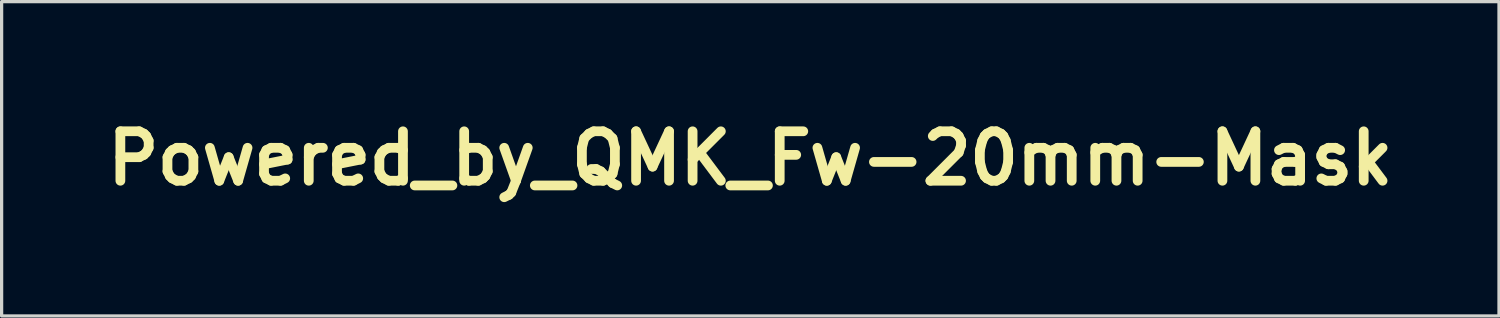
<source format=kicad_pcb>
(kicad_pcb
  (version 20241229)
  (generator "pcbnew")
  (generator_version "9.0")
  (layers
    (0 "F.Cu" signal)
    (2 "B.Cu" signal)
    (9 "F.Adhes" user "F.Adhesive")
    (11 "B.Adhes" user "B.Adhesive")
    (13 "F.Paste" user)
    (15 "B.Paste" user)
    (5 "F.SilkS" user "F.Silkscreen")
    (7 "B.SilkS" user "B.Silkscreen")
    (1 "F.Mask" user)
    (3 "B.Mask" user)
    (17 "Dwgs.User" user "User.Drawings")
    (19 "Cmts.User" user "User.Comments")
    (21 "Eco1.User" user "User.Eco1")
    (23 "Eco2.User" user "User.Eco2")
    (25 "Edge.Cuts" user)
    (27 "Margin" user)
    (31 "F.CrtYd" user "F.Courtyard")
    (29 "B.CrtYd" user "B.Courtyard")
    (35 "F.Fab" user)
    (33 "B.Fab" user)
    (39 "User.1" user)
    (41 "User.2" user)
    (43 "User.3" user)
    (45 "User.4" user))
  (footprint "Powered_by_QMK_Fw-20mm-Mask"
    (layer "F.Cu")
    (at 20.073 1.831)
    (property "Reference" "Powered_by_QMK_Fw-20mm-Mask" (at 0 0 0) (layer "F.SilkS") (effects (font (size 1.524 1.524) (thickness 0.3))))
    (attr board_only exclude_from_pos_files exclude_from_bom)
    (fp_poly (pts (xy 1.77 0.435) (xy 1.776 0.435) (xy 1.799 0.44) (xy 1.815 0.448) (xy 1.818 0.451) (xy 1.83 0.464) (xy 1.83 0.966) (xy 1.83 1.046) (xy 1.83 1.12) (xy 1.83 1.19) (xy 1.83 1.253) (xy 1.829 1.31) (xy 1.829 1.359) (xy 1.828 1.401) (xy 1.828 1.435) (xy 1.827 1.46) (xy 1.826 1.476) (xy 1.826 1.481) (xy 1.817 1.493) (xy 1.804 1.5) (xy 1.789 1.503) (xy 1.767 1.505) (xy 1.741 1.505) (xy 1.715 1.505) (xy 1.69 1.503) (xy 1.671 1.501) (xy 1.662 1.498) (xy 1.645 1.491) (xy 1.645 0.454) (xy 1.657 0.446) (xy 1.671 0.441) (xy 1.692 0.437) (xy 1.717 0.434) (xy 1.744 0.434)) (stroke (width 0) (type solid)) (fill yes) (layer "F.Mask"))
    (fp_poly (pts (xy 1.762 0.024) (xy 1.781 0.025) (xy 1.794 0.027) (xy 1.804 0.031) (xy 1.81 0.034) (xy 1.827 0.047) (xy 1.839 0.065) (xy 1.845 0.09) (xy 1.848 0.123) (xy 1.848 0.131) (xy 1.846 0.168) (xy 1.839 0.195) (xy 1.826 0.216) (xy 1.807 0.229) (xy 1.781 0.237) (xy 1.745 0.24) (xy 1.743 0.24) (xy 1.72 0.241) (xy 1.7 0.24) (xy 1.685 0.238) (xy 1.682 0.238) (xy 1.659 0.229) (xy 1.642 0.216) (xy 1.631 0.197) (xy 1.624 0.171) (xy 1.622 0.136) (xy 1.622 0.131) (xy 1.624 0.097) (xy 1.63 0.071) (xy 1.64 0.051) (xy 1.656 0.036) (xy 1.66 0.034) (xy 1.67 0.029) (xy 1.682 0.026) (xy 1.697 0.024) (xy 1.719 0.023) (xy 1.735 0.023)) (stroke (width 0) (type solid)) (fill yes) (layer "F.Mask"))
    (fp_poly (pts (xy -0.315 -1.345) (xy -0.285 -1.341) (xy -0.261 -1.333) (xy -0.248 -1.325) (xy -0.243 -1.319) (xy -0.24 -1.311) (xy -0.238 -1.3) (xy -0.237 -1.282) (xy -0.237 -1.264) (xy -0.238 -1.239) (xy -0.239 -1.222) (xy -0.241 -1.21) (xy -0.246 -1.203) (xy -0.247 -1.201) (xy -0.256 -1.19) (xy -0.29 -1.201) (xy -0.328 -1.21) (xy -0.364 -1.212) (xy -0.395 -1.207) (xy -0.408 -1.201) (xy -0.432 -1.185) (xy -0.458 -1.161) (xy -0.486 -1.13) (xy -0.512 -1.095) (xy -0.541 -1.053) (xy -0.541 -0.798) (xy -0.541 -0.737) (xy -0.541 -0.686) (xy -0.541 -0.643) (xy -0.542 -0.609) (xy -0.543 -0.581) (xy -0.545 -0.56) (xy -0.547 -0.544) (xy -0.551 -0.532) (xy -0.556 -0.525) (xy -0.563 -0.521) (xy -0.571 -0.519) (xy -0.581 -0.518) (xy -0.593 -0.518) (xy -0.604 -0.517) (xy -0.63 -0.517) (xy -0.652 -0.519) (xy -0.665 -0.522) (xy -0.683 -0.529) (xy -0.686 -1.317) (xy -0.675 -1.326) (xy -0.663 -1.332) (xy -0.644 -1.335) (xy -0.622 -1.336) (xy -0.6 -1.335) (xy -0.581 -1.332) (xy -0.568 -1.327) (xy -0.563 -1.323) (xy -0.56 -1.318) (xy -0.558 -1.308) (xy -0.557 -1.294) (xy -0.557 -1.271) (xy -0.557 -1.262) (xy -0.556 -1.204) (xy -0.543 -1.222) (xy -0.533 -1.233) (xy -0.519 -1.249) (xy -0.501 -1.268) (xy -0.489 -1.28) (xy -0.46 -1.307) (xy -0.434 -1.326) (xy -0.409 -1.339) (xy -0.382 -1.345) (xy -0.351 -1.347) (xy -0.351 -1.347)) (stroke (width 0) (type solid)) (fill yes) (layer "F.Mask"))
    (fp_poly (pts (xy -4.285 -1.622) (xy -4.239 -1.621) (xy -4.2 -1.62) (xy -4.169 -1.618) (xy -4.142 -1.616) (xy -4.119 -1.612) (xy -4.099 -1.607) (xy -4.08 -1.601) (xy -4.061 -1.593) (xy -4.041 -1.584) (xy -4.039 -1.583) (xy -3.991 -1.554) (xy -3.95 -1.518) (xy -3.918 -1.476) (xy -3.893 -1.429) (xy -3.877 -1.377) (xy -3.87 -1.32) (xy -3.872 -1.259) (xy -3.872 -1.253) (xy -3.884 -1.193) (xy -3.904 -1.138) (xy -3.932 -1.089) (xy -3.969 -1.046) (xy -3.976 -1.04) (xy -4.007 -1.013) (xy -4.041 -0.991) (xy -4.077 -0.974) (xy -4.118 -0.961) (xy -4.164 -0.951) (xy -4.218 -0.944) (xy -4.279 -0.94) (xy -4.296 -0.94) (xy -4.398 -0.937) (xy -4.398 -0.536) (xy -4.412 -0.528) (xy -4.425 -0.523) (xy -4.445 -0.519) (xy -4.468 -0.517) (xy -4.492 -0.517) (xy -4.513 -0.519) (xy -4.521 -0.521) (xy -4.535 -0.525) (xy -4.543 -0.531) (xy -4.543 -0.532) (xy -4.544 -0.538) (xy -4.545 -0.554) (xy -4.545 -0.578) (xy -4.545 -0.611) (xy -4.546 -0.651) (xy -4.546 -0.698) (xy -4.546 -0.752) (xy -4.547 -0.81) (xy -4.547 -0.874) (xy -4.547 -0.941) (xy -4.547 -1.012) (xy -4.547 -1.062) (xy -4.398 -1.062) (xy -4.315 -1.062) (xy -4.271 -1.063) (xy -4.235 -1.065) (xy -4.206 -1.068) (xy -4.195 -1.07) (xy -4.15 -1.084) (xy -4.11 -1.107) (xy -4.078 -1.136) (xy -4.052 -1.173) (xy -4.042 -1.194) (xy -4.037 -1.209) (xy -4.033 -1.222) (xy -4.031 -1.238) (xy -4.03 -1.259) (xy -4.03 -1.287) (xy -4.03 -1.292) (xy -4.03 -1.32) (xy -4.031 -1.34) (xy -4.032 -1.355) (xy -4.035 -1.368) (xy -4.04 -1.38) (xy -4.043 -1.388) (xy -4.066 -1.426) (xy -4.097 -1.456) (xy -4.133 -1.479) (xy -4.176 -1.493) (xy -4.184 -1.495) (xy -4.2 -1.497) (xy -4.223 -1.498) (xy -4.251 -1.5) (xy -4.283 -1.5) (xy -4.306 -1.5) (xy -4.398 -1.5) (xy -4.398 -1.062) (xy -4.547 -1.062) (xy -4.547 -1.066) (xy -4.545 -1.593) (xy -4.517 -1.622) (xy -4.34 -1.622)) (stroke (width 0) (type solid)) (fill yes) (layer "F.Mask"))
    (fp_poly (pts (xy -3.314 -1.346) (xy -3.276 -1.342) (xy -3.254 -1.338) (xy -3.198 -1.321) (xy -3.147 -1.295) (xy -3.103 -1.262) (xy -3.065 -1.222) (xy -3.036 -1.176) (xy -3.033 -1.17) (xy -3.017 -1.136) (xy -3.006 -1.104) (xy -2.997 -1.071) (xy -2.992 -1.035) (xy -2.988 -0.993) (xy -2.987 -0.959) (xy -2.986 -0.908) (xy -2.988 -0.864) (xy -2.993 -0.825) (xy -3.002 -0.787) (xy -3.014 -0.749) (xy -3.018 -0.737) (xy -3.044 -0.682) (xy -3.078 -0.634) (xy -3.119 -0.592) (xy -3.167 -0.558) (xy -3.221 -0.532) (xy -3.254 -0.521) (xy -3.278 -0.516) (xy -3.309 -0.511) (xy -3.344 -0.509) (xy -3.381 -0.507) (xy -3.414 -0.507) (xy -3.443 -0.509) (xy -3.456 -0.51) (xy -3.517 -0.526) (xy -3.571 -0.549) (xy -3.619 -0.579) (xy -3.659 -0.617) (xy -3.691 -0.662) (xy -3.717 -0.715) (xy -3.735 -0.774) (xy -3.746 -0.842) (xy -3.748 -0.862) (xy -3.749 -0.913) (xy -3.602 -0.913) (xy -3.6 -0.876) (xy -3.598 -0.842) (xy -3.594 -0.814) (xy -3.592 -0.808) (xy -3.575 -0.757) (xy -3.552 -0.714) (xy -3.522 -0.68) (xy -3.486 -0.653) (xy -3.445 -0.635) (xy -3.399 -0.626) (xy -3.349 -0.626) (xy -3.324 -0.629) (xy -3.28 -0.641) (xy -3.239 -0.662) (xy -3.204 -0.69) (xy -3.177 -0.724) (xy -3.159 -0.761) (xy -3.145 -0.805) (xy -3.136 -0.854) (xy -3.132 -0.906) (xy -3.132 -0.959) (xy -3.137 -1.011) (xy -3.147 -1.06) (xy -3.162 -1.104) (xy -3.165 -1.112) (xy -3.189 -1.151) (xy -3.218 -1.182) (xy -3.253 -1.205) (xy -3.295 -1.22) (xy -3.343 -1.228) (xy -3.397 -1.227) (xy -3.403 -1.226) (xy -3.447 -1.217) (xy -3.487 -1.199) (xy -3.521 -1.173) (xy -3.55 -1.138) (xy -3.574 -1.094) (xy -3.592 -1.042) (xy -3.592 -1.042) (xy -3.597 -1.018) (xy -3.6 -0.987) (xy -3.601 -0.951) (xy -3.602 -0.913) (xy -3.749 -0.913) (xy -3.75 -0.94) (xy -3.744 -1.012) (xy -3.731 -1.077) (xy -3.71 -1.137) (xy -3.682 -1.189) (xy -3.646 -1.235) (xy -3.604 -1.273) (xy -3.555 -1.305) (xy -3.498 -1.328) (xy -3.473 -1.336) (xy -3.44 -1.342) (xy -3.4 -1.346) (xy -3.357 -1.347)) (stroke (width 0) (type solid)) (fill yes) (layer "F.Mask"))
    (fp_poly (pts (xy 7.969 0.424) (xy 7.977 0.425) (xy 8.008 0.432) (xy 8.031 0.44) (xy 8.046 0.449) (xy 8.054 0.459) (xy 8.056 0.469) (xy 8.058 0.486) (xy 8.059 0.509) (xy 8.059 0.534) (xy 8.059 0.559) (xy 8.057 0.581) (xy 8.055 0.598) (xy 8.053 0.605) (xy 8.048 0.615) (xy 8.04 0.62) (xy 8.029 0.62) (xy 8.012 0.617) (xy 7.99 0.61) (xy 7.947 0.599) (xy 7.907 0.595) (xy 7.87 0.598) (xy 7.84 0.608) (xy 7.819 0.621) (xy 7.795 0.642) (xy 7.768 0.668) (xy 7.74 0.699) (xy 7.714 0.732) (xy 7.694 0.759) (xy 7.657 0.814) (xy 7.657 1.149) (xy 7.657 1.216) (xy 7.657 1.273) (xy 7.657 1.322) (xy 7.657 1.362) (xy 7.657 1.395) (xy 7.656 1.422) (xy 7.656 1.443) (xy 7.655 1.459) (xy 7.654 1.471) (xy 7.653 1.479) (xy 7.652 1.485) (xy 7.65 1.489) (xy 7.648 1.491) (xy 7.646 1.493) (xy 7.64 1.498) (xy 7.632 1.5) (xy 7.619 1.502) (xy 7.599 1.504) (xy 7.573 1.504) (xy 7.541 1.505) (xy 7.517 1.503) (xy 7.501 1.501) (xy 7.494 1.498) (xy 7.482 1.491) (xy 7.475 1.483) (xy 7.475 1.483) (xy 7.474 1.476) (xy 7.474 1.459) (xy 7.473 1.435) (xy 7.473 1.402) (xy 7.472 1.363) (xy 7.472 1.317) (xy 7.472 1.267) (xy 7.471 1.212) (xy 7.471 1.154) (xy 7.471 1.093) (xy 7.471 1.031) (xy 7.471 0.967) (xy 7.472 0.904) (xy 7.472 0.842) (xy 7.472 0.781) (xy 7.472 0.723) (xy 7.473 0.668) (xy 7.473 0.618) (xy 7.474 0.573) (xy 7.474 0.533) (xy 7.475 0.501) (xy 7.475 0.476) (xy 7.476 0.46) (xy 7.477 0.454) (xy 7.477 0.454) (xy 7.487 0.444) (xy 7.507 0.438) (xy 7.535 0.434) (xy 7.557 0.433) (xy 7.589 0.435) (xy 7.614 0.44) (xy 7.631 0.447) (xy 7.636 0.454) (xy 7.638 0.462) (xy 7.64 0.479) (xy 7.641 0.501) (xy 7.642 0.528) (xy 7.642 0.537) (xy 7.642 0.61) (xy 7.661 0.585) (xy 7.7 0.536) (xy 7.739 0.495) (xy 7.777 0.464) (xy 7.814 0.441) (xy 7.832 0.433) (xy 7.874 0.422) (xy 7.92 0.419)) (stroke (width 0) (type solid)) (fill yes) (layer "F.Mask"))
    (fp_poly (pts (xy 2.675 0.426) (xy 2.705 0.433) (xy 2.726 0.441) (xy 2.74 0.45) (xy 2.748 0.46) (xy 2.749 0.462) (xy 2.751 0.474) (xy 2.752 0.493) (xy 2.753 0.517) (xy 2.753 0.542) (xy 2.752 0.567) (xy 2.751 0.588) (xy 2.749 0.602) (xy 2.748 0.605) (xy 2.742 0.615) (xy 2.734 0.62) (xy 2.723 0.62) (xy 2.706 0.617) (xy 2.685 0.61) (xy 2.641 0.599) (xy 2.601 0.595) (xy 2.564 0.598) (xy 2.534 0.608) (xy 2.513 0.621) (xy 2.489 0.642) (xy 2.462 0.668) (xy 2.434 0.699) (xy 2.408 0.732) (xy 2.388 0.759) (xy 2.351 0.814) (xy 2.351 1.149) (xy 2.351 1.216) (xy 2.351 1.273) (xy 2.351 1.322) (xy 2.351 1.362) (xy 2.351 1.395) (xy 2.35 1.422) (xy 2.35 1.443) (xy 2.349 1.459) (xy 2.348 1.471) (xy 2.347 1.479) (xy 2.346 1.485) (xy 2.344 1.489) (xy 2.342 1.491) (xy 2.34 1.493) (xy 2.334 1.498) (xy 2.326 1.5) (xy 2.313 1.502) (xy 2.293 1.504) (xy 2.267 1.504) (xy 2.235 1.505) (xy 2.211 1.503) (xy 2.195 1.501) (xy 2.188 1.498) (xy 2.176 1.491) (xy 2.169 1.483) (xy 2.169 1.483) (xy 2.168 1.476) (xy 2.168 1.459) (xy 2.167 1.435) (xy 2.167 1.402) (xy 2.166 1.363) (xy 2.166 1.317) (xy 2.166 1.267) (xy 2.166 1.212) (xy 2.166 1.154) (xy 2.165 1.093) (xy 2.166 1.031) (xy 2.166 0.967) (xy 2.166 0.904) (xy 2.166 0.842) (xy 2.166 0.781) (xy 2.167 0.723) (xy 2.167 0.668) (xy 2.167 0.618) (xy 2.168 0.573) (xy 2.168 0.533) (xy 2.169 0.501) (xy 2.169 0.476) (xy 2.17 0.46) (xy 2.171 0.454) (xy 2.171 0.454) (xy 2.181 0.444) (xy 2.201 0.438) (xy 2.228 0.434) (xy 2.249 0.433) (xy 2.278 0.434) (xy 2.3 0.437) (xy 2.315 0.442) (xy 2.325 0.449) (xy 2.329 0.454) (xy 2.332 0.46) (xy 2.334 0.469) (xy 2.335 0.483) (xy 2.336 0.504) (xy 2.336 0.533) (xy 2.336 0.61) (xy 2.362 0.574) (xy 2.386 0.546) (xy 2.413 0.517) (xy 2.44 0.49) (xy 2.467 0.467) (xy 2.49 0.45) (xy 2.491 0.45) (xy 2.532 0.431) (xy 2.576 0.42) (xy 2.624 0.419)) (stroke (width 0) (type solid)) (fill yes) (layer "F.Mask"))
    (fp_poly (pts (xy 1.372 -1.703) (xy 1.393 -1.702) (xy 1.408 -1.699) (xy 1.412 -1.697) (xy 1.423 -1.691) (xy 1.423 -1.112) (xy 1.423 -1.021) (xy 1.423 -0.94) (xy 1.423 -0.869) (xy 1.423 -0.806) (xy 1.423 -0.751) (xy 1.422 -0.704) (xy 1.422 -0.664) (xy 1.422 -0.63) (xy 1.421 -0.602) (xy 1.421 -0.579) (xy 1.42 -0.562) (xy 1.419 -0.548) (xy 1.419 -0.539) (xy 1.418 -0.532) (xy 1.417 -0.528) (xy 1.415 -0.526) (xy 1.415 -0.526) (xy 1.404 -0.521) (xy 1.385 -0.518) (xy 1.364 -0.517) (xy 1.342 -0.518) (xy 1.324 -0.521) (xy 1.319 -0.523) (xy 1.299 -0.531) (xy 1.299 -0.64) (xy 1.267 -0.611) (xy 1.225 -0.576) (xy 1.182 -0.548) (xy 1.141 -0.527) (xy 1.128 -0.522) (xy 1.092 -0.513) (xy 1.052 -0.508) (xy 1.01 -0.507) (xy 0.97 -0.51) (xy 0.955 -0.513) (xy 0.909 -0.528) (xy 0.865 -0.553) (xy 0.826 -0.586) (xy 0.793 -0.625) (xy 0.769 -0.665) (xy 0.748 -0.719) (xy 0.733 -0.779) (xy 0.723 -0.843) (xy 0.72 -0.91) (xy 0.721 -0.95) (xy 0.869 -0.95) (xy 0.869 -0.909) (xy 0.871 -0.869) (xy 0.874 -0.833) (xy 0.878 -0.803) (xy 0.881 -0.793) (xy 0.897 -0.744) (xy 0.918 -0.703) (xy 0.944 -0.672) (xy 0.974 -0.648) (xy 0.987 -0.641) (xy 1.001 -0.635) (xy 1.014 -0.632) (xy 1.029 -0.63) (xy 1.049 -0.63) (xy 1.062 -0.63) (xy 1.087 -0.632) (xy 1.104 -0.634) (xy 1.119 -0.638) (xy 1.134 -0.644) (xy 1.145 -0.65) (xy 1.168 -0.664) (xy 1.194 -0.685) (xy 1.225 -0.714) (xy 1.231 -0.72) (xy 1.284 -0.773) (xy 1.284 -1.083) (xy 1.247 -1.122) (xy 1.211 -1.157) (xy 1.179 -1.184) (xy 1.148 -1.203) (xy 1.117 -1.216) (xy 1.113 -1.218) (xy 1.071 -1.226) (xy 1.031 -1.224) (xy 0.995 -1.213) (xy 0.962 -1.193) (xy 0.932 -1.164) (xy 0.908 -1.127) (xy 0.888 -1.082) (xy 0.878 -1.049) (xy 0.873 -1.022) (xy 0.87 -0.988) (xy 0.869 -0.95) (xy 0.721 -0.95) (xy 0.722 -0.977) (xy 0.73 -1.043) (xy 0.744 -1.105) (xy 0.764 -1.161) (xy 0.773 -1.18) (xy 0.803 -1.228) (xy 0.839 -1.269) (xy 0.881 -1.302) (xy 0.928 -1.326) (xy 0.979 -1.342) (xy 1.033 -1.349) (xy 1.087 -1.346) (xy 1.131 -1.336) (xy 1.175 -1.317) (xy 1.219 -1.289) (xy 1.242 -1.272) (xy 1.284 -1.237) (xy 1.284 -1.691) (xy 1.296 -1.697) (xy 1.307 -1.701) (xy 1.326 -1.703) (xy 1.349 -1.704)) (stroke (width 0) (type solid)) (fill yes) (layer "F.Mask"))
    (fp_poly (pts (xy -1.184 -1.346) (xy -1.15 -1.341) (xy -1.14 -1.339) (xy -1.085 -1.32) (xy -1.037 -1.294) (xy -0.996 -1.26) (xy -0.962 -1.219) (xy -0.94 -1.181) (xy -0.922 -1.137) (xy -0.909 -1.094) (xy -0.902 -1.047) (xy -0.9 -0.993) (xy -0.9 -0.991) (xy -0.9 -0.965) (xy -0.9 -0.947) (xy -0.902 -0.935) (xy -0.904 -0.926) (xy -0.908 -0.92) (xy -0.914 -0.914) (xy -0.928 -0.9) (xy -1.194 -0.898) (xy -1.459 -0.897) (xy -1.456 -0.862) (xy -1.448 -0.805) (xy -1.434 -0.756) (xy -1.415 -0.715) (xy -1.388 -0.682) (xy -1.355 -0.656) (xy -1.315 -0.638) (xy -1.268 -0.627) (xy -1.213 -0.623) (xy -1.201 -0.623) (xy -1.164 -0.624) (xy -1.13 -0.627) (xy -1.097 -0.633) (xy -1.06 -0.643) (xy -1.019 -0.657) (xy -1.011 -0.659) (xy -0.988 -0.667) (xy -0.968 -0.673) (xy -0.953 -0.677) (xy -0.946 -0.677) (xy -0.938 -0.669) (xy -0.933 -0.65) (xy -0.931 -0.622) (xy -0.931 -0.619) (xy -0.933 -0.594) (xy -0.94 -0.577) (xy -0.953 -0.564) (xy -0.972 -0.554) (xy -1.017 -0.537) (xy -1.069 -0.523) (xy -1.125 -0.513) (xy -1.183 -0.508) (xy -1.239 -0.506) (xy -1.292 -0.51) (xy -1.313 -0.513) (xy -1.368 -0.526) (xy -1.415 -0.544) (xy -1.456 -0.569) (xy -1.494 -0.601) (xy -1.498 -0.605) (xy -1.53 -0.642) (xy -1.555 -0.682) (xy -1.575 -0.728) (xy -1.587 -0.767) (xy -1.591 -0.786) (xy -1.595 -0.802) (xy -1.597 -0.819) (xy -1.599 -0.838) (xy -1.6 -0.861) (xy -1.6 -0.891) (xy -1.601 -0.918) (xy -1.601 -0.954) (xy -1.6 -0.983) (xy -1.599 -1.005) (xy -1.599 -1.006) (xy -1.455 -1.006) (xy -1.455 -1.004) (xy -1.449 -1.003) (xy -1.435 -1.003) (xy -1.413 -1.002) (xy -1.383 -1.001) (xy -1.348 -1.001) (xy -1.308 -1) (xy -1.264 -1) (xy -1.248 -1) (xy -1.042 -1) (xy -1.042 -1.027) (xy -1.046 -1.072) (xy -1.057 -1.114) (xy -1.075 -1.151) (xy -1.098 -1.183) (xy -1.127 -1.207) (xy -1.139 -1.214) (xy -1.176 -1.228) (xy -1.217 -1.235) (xy -1.259 -1.236) (xy -1.3 -1.23) (xy -1.328 -1.22) (xy -1.355 -1.204) (xy -1.382 -1.182) (xy -1.406 -1.158) (xy -1.42 -1.138) (xy -1.431 -1.114) (xy -1.442 -1.085) (xy -1.45 -1.056) (xy -1.454 -1.028) (xy -1.455 -1.006) (xy -1.599 -1.006) (xy -1.597 -1.024) (xy -1.595 -1.04) (xy -1.591 -1.057) (xy -1.589 -1.065) (xy -1.569 -1.127) (xy -1.542 -1.182) (xy -1.507 -1.23) (xy -1.467 -1.27) (xy -1.419 -1.303) (xy -1.366 -1.327) (xy -1.337 -1.336) (xy -1.304 -1.343) (xy -1.265 -1.346) (xy -1.224 -1.347)) (stroke (width 0) (type solid)) (fill yes) (layer "F.Mask"))
    (fp_poly (pts (xy 0.262 -1.346) (xy 0.295 -1.343) (xy 0.315 -1.339) (xy 0.369 -1.32) (xy 0.417 -1.294) (xy 0.458 -1.26) (xy 0.492 -1.219) (xy 0.518 -1.17) (xy 0.538 -1.113) (xy 0.551 -1.05) (xy 0.555 -1.011) (xy 0.556 -0.975) (xy 0.554 -0.948) (xy 0.548 -0.928) (xy 0.538 -0.914) (xy 0.53 -0.907) (xy 0.525 -0.905) (xy 0.521 -0.903) (xy 0.514 -0.902) (xy 0.505 -0.9) (xy 0.493 -0.899) (xy 0.476 -0.899) (xy 0.454 -0.898) (xy 0.426 -0.898) (xy 0.391 -0.897) (xy 0.349 -0.897) (xy 0.297 -0.897) (xy 0.253 -0.897) (xy -0.006 -0.897) (xy -0.003 -0.86) (xy 0.005 -0.805) (xy 0.017 -0.759) (xy 0.035 -0.72) (xy 0.058 -0.689) (xy 0.087 -0.664) (xy 0.099 -0.656) (xy 0.138 -0.638) (xy 0.183 -0.627) (xy 0.234 -0.622) (xy 0.288 -0.623) (xy 0.344 -0.631) (xy 0.401 -0.645) (xy 0.428 -0.654) (xy 0.449 -0.662) (xy 0.47 -0.669) (xy 0.479 -0.673) (xy 0.493 -0.678) (xy 0.502 -0.678) (xy 0.508 -0.675) (xy 0.511 -0.672) (xy 0.516 -0.666) (xy 0.519 -0.656) (xy 0.521 -0.64) (xy 0.521 -0.623) (xy 0.52 -0.602) (xy 0.519 -0.588) (xy 0.516 -0.58) (xy 0.51 -0.572) (xy 0.508 -0.57) (xy 0.493 -0.56) (xy 0.469 -0.549) (xy 0.439 -0.538) (xy 0.404 -0.528) (xy 0.374 -0.52) (xy 0.347 -0.516) (xy 0.313 -0.512) (xy 0.275 -0.509) (xy 0.237 -0.507) (xy 0.201 -0.507) (xy 0.17 -0.508) (xy 0.15 -0.51) (xy 0.088 -0.525) (xy 0.034 -0.547) (xy -0.014 -0.577) (xy -0.055 -0.615) (xy -0.089 -0.66) (xy -0.116 -0.713) (xy -0.135 -0.772) (xy -0.139 -0.789) (xy -0.142 -0.805) (xy -0.144 -0.822) (xy -0.146 -0.842) (xy -0.146 -0.867) (xy -0.147 -0.899) (xy -0.147 -0.923) (xy -0.146 -0.969) (xy -0.145 -1) (xy -0.006 -1) (xy 0.414 -1) (xy 0.411 -1.038) (xy 0.404 -1.086) (xy 0.389 -1.128) (xy 0.369 -1.165) (xy 0.344 -1.194) (xy 0.325 -1.208) (xy 0.286 -1.226) (xy 0.244 -1.235) (xy 0.199 -1.236) (xy 0.156 -1.229) (xy 0.114 -1.214) (xy 0.08 -1.193) (xy 0.056 -1.17) (xy 0.035 -1.139) (xy 0.017 -1.102) (xy 0.004 -1.061) (xy -0.002 -1.027) (xy -0.006 -1) (xy -0.145 -1) (xy -0.144 -1.007) (xy -0.141 -1.039) (xy -0.136 -1.067) (xy -0.128 -1.093) (xy -0.118 -1.121) (xy -0.105 -1.15) (xy -0.1 -1.16) (xy -0.07 -1.21) (xy -0.032 -1.253) (xy 0.013 -1.289) (xy 0.063 -1.318) (xy 0.119 -1.338) (xy 0.124 -1.339) (xy 0.152 -1.344) (xy 0.187 -1.347) (xy 0.224 -1.347)) (stroke (width 0) (type solid)) (fill yes) (layer "F.Mask"))
    (fp_poly (pts (xy 2.192 -1.707) (xy 2.201 -1.704) (xy 2.208 -1.7) (xy 2.214 -1.691) (xy 2.217 -1.679) (xy 2.22 -1.661) (xy 2.222 -1.638) (xy 2.222 -1.607) (xy 2.223 -1.57) (xy 2.222 -1.523) (xy 2.222 -1.468) (xy 2.222 -1.456) (xy 2.222 -1.226) (xy 2.25 -1.252) (xy 2.299 -1.291) (xy 2.349 -1.32) (xy 2.4 -1.339) (xy 2.453 -1.348) (xy 2.507 -1.347) (xy 2.517 -1.346) (xy 2.561 -1.337) (xy 2.598 -1.325) (xy 2.631 -1.306) (xy 2.644 -1.297) (xy 2.683 -1.263) (xy 2.715 -1.222) (xy 2.741 -1.174) (xy 2.761 -1.119) (xy 2.775 -1.055) (xy 2.777 -1.044) (xy 2.783 -0.977) (xy 2.784 -0.91) (xy 2.779 -0.843) (xy 2.768 -0.78) (xy 2.751 -0.722) (xy 2.73 -0.671) (xy 2.724 -0.66) (xy 2.704 -0.63) (xy 2.678 -0.6) (xy 2.649 -0.572) (xy 2.62 -0.549) (xy 2.599 -0.537) (xy 2.554 -0.52) (xy 2.505 -0.51) (xy 2.454 -0.506) (xy 2.404 -0.509) (xy 2.393 -0.511) (xy 2.359 -0.521) (xy 2.322 -0.54) (xy 2.284 -0.565) (xy 2.249 -0.593) (xy 2.202 -0.634) (xy 2.202 -0.583) (xy 2.201 -0.557) (xy 2.199 -0.538) (xy 2.194 -0.527) (xy 2.184 -0.521) (xy 2.167 -0.519) (xy 2.142 -0.518) (xy 2.14 -0.518) (xy 2.112 -0.519) (xy 2.094 -0.522) (xy 2.087 -0.525) (xy 2.085 -0.527) (xy 2.084 -0.53) (xy 2.083 -0.535) (xy 2.082 -0.543) (xy 2.081 -0.554) (xy 2.081 -0.568) (xy 2.08 -0.587) (xy 2.079 -0.61) (xy 2.079 -0.639) (xy 2.079 -0.674) (xy 2.079 -0.715) (xy 2.078 -0.764) (xy 2.078 -0.767) (xy 2.222 -0.767) (xy 2.26 -0.729) (xy 2.297 -0.692) (xy 2.332 -0.665) (xy 2.365 -0.646) (xy 2.397 -0.634) (xy 2.43 -0.629) (xy 2.439 -0.629) (xy 2.46 -0.63) (xy 2.48 -0.632) (xy 2.491 -0.634) (xy 2.525 -0.649) (xy 2.555 -0.672) (xy 2.581 -0.704) (xy 2.602 -0.743) (xy 2.618 -0.788) (xy 2.63 -0.84) (xy 2.636 -0.896) (xy 2.636 -0.956) (xy 2.635 -0.975) (xy 2.629 -1.028) (xy 2.619 -1.074) (xy 2.606 -1.112) (xy 2.589 -1.144) (xy 2.567 -1.173) (xy 2.565 -1.175) (xy 2.534 -1.202) (xy 2.499 -1.219) (xy 2.461 -1.226) (xy 2.42 -1.224) (xy 2.404 -1.22) (xy 2.379 -1.212) (xy 2.356 -1.202) (xy 2.333 -1.188) (xy 2.309 -1.168) (xy 2.281 -1.142) (xy 2.273 -1.134) (xy 2.222 -1.084) (xy 2.222 -0.767) (xy 2.078 -0.767) (xy 2.078 -0.82) (xy 2.078 -0.884) (xy 2.078 -0.956) (xy 2.078 -1.039) (xy 2.078 -1.112) (xy 2.078 -1.691) (xy 2.089 -1.699) (xy 2.099 -1.703) (xy 2.114 -1.705) (xy 2.136 -1.707) (xy 2.151 -1.707) (xy 2.168 -1.707) (xy 2.181 -1.707)) (stroke (width 0) (type solid)) (fill yes) (layer "F.Mask"))
    (fp_poly (pts (xy 3.582 -1.334) (xy 3.598 -1.331) (xy 3.601 -1.33) (xy 3.611 -1.324) (xy 3.614 -1.314) (xy 3.615 -1.308) (xy 3.613 -1.301) (xy 3.608 -1.285) (xy 3.6 -1.261) (xy 3.589 -1.228) (xy 3.575 -1.189) (xy 3.559 -1.143) (xy 3.541 -1.092) (xy 3.521 -1.035) (xy 3.499 -0.974) (xy 3.476 -0.909) (xy 3.451 -0.84) (xy 3.431 -0.784) (xy 3.406 -0.714) (xy 3.381 -0.646) (xy 3.358 -0.582) (xy 3.336 -0.522) (xy 3.316 -0.465) (xy 3.298 -0.414) (xy 3.281 -0.369) (xy 3.267 -0.331) (xy 3.256 -0.299) (xy 3.247 -0.275) (xy 3.242 -0.26) (xy 3.24 -0.254) (xy 3.232 -0.238) (xy 3.221 -0.227) (xy 3.205 -0.219) (xy 3.181 -0.215) (xy 3.153 -0.213) (xy 3.124 -0.213) (xy 3.104 -0.215) (xy 3.094 -0.218) (xy 3.084 -0.226) (xy 3.079 -0.233) (xy 3.081 -0.24) (xy 3.086 -0.255) (xy 3.093 -0.277) (xy 3.104 -0.305) (xy 3.116 -0.337) (xy 3.13 -0.373) (xy 3.133 -0.381) (xy 3.188 -0.521) (xy 3.178 -0.532) (xy 3.174 -0.539) (xy 3.168 -0.554) (xy 3.159 -0.576) (xy 3.147 -0.606) (xy 3.133 -0.642) (xy 3.117 -0.683) (xy 3.1 -0.728) (xy 3.081 -0.777) (xy 3.061 -0.828) (xy 3.041 -0.88) (xy 3.021 -0.933) (xy 3.001 -0.986) (xy 2.982 -1.037) (xy 2.964 -1.087) (xy 2.946 -1.133) (xy 2.931 -1.176) (xy 2.917 -1.214) (xy 2.905 -1.246) (xy 2.896 -1.271) (xy 2.89 -1.289) (xy 2.887 -1.298) (xy 2.885 -1.312) (xy 2.888 -1.322) (xy 2.896 -1.328) (xy 2.912 -1.332) (xy 2.936 -1.334) (xy 2.949 -1.335) (xy 2.98 -1.335) (xy 3.003 -1.333) (xy 3.019 -1.329) (xy 3.029 -1.321) (xy 3.037 -1.31) (xy 3.038 -1.305) (xy 3.042 -1.297) (xy 3.048 -1.28) (xy 3.057 -1.255) (xy 3.068 -1.223) (xy 3.082 -1.185) (xy 3.097 -1.142) (xy 3.114 -1.095) (xy 3.132 -1.044) (xy 3.151 -0.991) (xy 3.17 -0.939) (xy 3.187 -0.889) (xy 3.204 -0.843) (xy 3.219 -0.802) (xy 3.232 -0.767) (xy 3.243 -0.737) (xy 3.251 -0.715) (xy 3.257 -0.701) (xy 3.259 -0.696) (xy 3.259 -0.696) (xy 3.261 -0.701) (xy 3.266 -0.715) (xy 3.274 -0.736) (xy 3.285 -0.765) (xy 3.297 -0.8) (xy 3.311 -0.841) (xy 3.327 -0.887) (xy 3.344 -0.936) (xy 3.359 -0.981) (xy 3.382 -1.047) (xy 3.401 -1.103) (xy 3.417 -1.151) (xy 3.431 -1.192) (xy 3.443 -1.225) (xy 3.452 -1.252) (xy 3.46 -1.274) (xy 3.466 -1.29) (xy 3.471 -1.303) (xy 3.475 -1.312) (xy 3.478 -1.318) (xy 3.48 -1.322) (xy 3.482 -1.324) (xy 3.485 -1.326) (xy 3.487 -1.328) (xy 3.498 -1.331) (xy 3.516 -1.334) (xy 3.538 -1.335) (xy 3.561 -1.336)) (stroke (width 0) (type solid)) (fill yes) (layer "F.Mask"))
    (fp_poly (pts (xy 1.209 0.058) (xy 1.25 0.058) (xy 1.286 0.058) (xy 1.313 0.058) (xy 1.333 0.059) (xy 1.343 0.059) (xy 1.344 0.059) (xy 1.357 0.067) (xy 1.366 0.083) (xy 1.371 0.107) (xy 1.373 0.139) (xy 1.371 0.173) (xy 1.365 0.198) (xy 1.356 0.214) (xy 1.348 0.219) (xy 1.341 0.219) (xy 1.326 0.22) (xy 1.301 0.22) (xy 1.27 0.221) (xy 1.232 0.221) (xy 1.189 0.221) (xy 1.141 0.222) (xy 1.091 0.222) (xy 1.075 0.222) (xy 0.81 0.222) (xy 0.81 0.712) (xy 1.065 0.712) (xy 1.122 0.712) (xy 1.171 0.712) (xy 1.211 0.712) (xy 1.243 0.712) (xy 1.268 0.712) (xy 1.288 0.713) (xy 1.302 0.714) (xy 1.312 0.715) (xy 1.319 0.716) (xy 1.324 0.718) (xy 1.327 0.72) (xy 1.33 0.722) (xy 1.339 0.738) (xy 1.344 0.76) (xy 1.346 0.785) (xy 1.345 0.811) (xy 1.34 0.835) (xy 1.333 0.853) (xy 1.324 0.864) (xy 1.32 0.865) (xy 1.314 0.867) (xy 1.305 0.868) (xy 1.292 0.869) (xy 1.273 0.87) (xy 1.249 0.871) (xy 1.219 0.871) (xy 1.181 0.871) (xy 1.134 0.871) (xy 1.079 0.871) (xy 1.061 0.871) (xy 0.81 0.871) (xy 0.81 1.173) (xy 0.809 1.244) (xy 0.809 1.305) (xy 0.809 1.359) (xy 0.808 1.403) (xy 0.807 1.438) (xy 0.806 1.464) (xy 0.805 1.48) (xy 0.804 1.485) (xy 0.796 1.493) (xy 0.783 1.499) (xy 0.78 1.5) (xy 0.765 1.503) (xy 0.742 1.504) (xy 0.716 1.505) (xy 0.69 1.505) (xy 0.666 1.504) (xy 0.648 1.501) (xy 0.642 1.5) (xy 0.629 1.494) (xy 0.62 1.487) (xy 0.619 1.483) (xy 0.618 1.476) (xy 0.617 1.464) (xy 0.617 1.447) (xy 0.616 1.425) (xy 0.616 1.397) (xy 0.615 1.362) (xy 0.615 1.321) (xy 0.614 1.272) (xy 0.614 1.216) (xy 0.614 1.152) (xy 0.614 1.079) (xy 0.614 0.998) (xy 0.614 0.907) (xy 0.614 0.806) (xy 0.614 0.797) (xy 0.614 0.699) (xy 0.614 0.611) (xy 0.614 0.532) (xy 0.614 0.462) (xy 0.614 0.4) (xy 0.614 0.346) (xy 0.614 0.299) (xy 0.615 0.258) (xy 0.615 0.224) (xy 0.615 0.195) (xy 0.616 0.171) (xy 0.616 0.152) (xy 0.617 0.136) (xy 0.618 0.124) (xy 0.619 0.115) (xy 0.62 0.108) (xy 0.621 0.104) (xy 0.622 0.1) (xy 0.623 0.098) (xy 0.633 0.083) (xy 0.645 0.071) (xy 0.646 0.07) (xy 0.649 0.068) (xy 0.653 0.066) (xy 0.658 0.064) (xy 0.665 0.063) (xy 0.674 0.062) (xy 0.688 0.061) (xy 0.705 0.06) (xy 0.728 0.06) (xy 0.757 0.059) (xy 0.792 0.059) (xy 0.835 0.059) (xy 0.886 0.058) (xy 0.946 0.058) (xy 0.997 0.058) (xy 1.055 0.058) (xy 1.11 0.058) (xy 1.162 0.057)) (stroke (width 0) (type solid)) (fill yes) (layer "F.Mask"))
    (fp_poly (pts (xy 8.757 0.426) (xy 8.819 0.443) (xy 8.877 0.468) (xy 8.93 0.501) (xy 8.94 0.508) (xy 8.982 0.547) (xy 9.019 0.595) (xy 9.049 0.651) (xy 9.073 0.714) (xy 9.078 0.735) (xy 9.084 0.755) (xy 9.087 0.773) (xy 9.09 0.791) (xy 9.091 0.812) (xy 9.092 0.837) (xy 9.093 0.87) (xy 9.093 0.878) (xy 9.093 0.969) (xy 9.077 0.985) (xy 9.062 0.997) (xy 9.045 1.005) (xy 9.041 1.006) (xy 9.033 1.007) (xy 9.015 1.007) (xy 8.988 1.008) (xy 8.954 1.009) (xy 8.914 1.009) (xy 8.868 1.01) (xy 8.817 1.01) (xy 8.762 1.01) (xy 8.705 1.011) (xy 8.692 1.011) (xy 8.364 1.011) (xy 8.364 1.022) (xy 8.365 1.04) (xy 8.367 1.065) (xy 8.371 1.093) (xy 8.375 1.121) (xy 8.379 1.145) (xy 8.382 1.158) (xy 8.4 1.209) (xy 8.426 1.255) (xy 8.459 1.293) (xy 8.499 1.324) (xy 8.546 1.348) (xy 8.578 1.358) (xy 8.596 1.362) (xy 8.621 1.366) (xy 8.648 1.368) (xy 8.668 1.37) (xy 8.731 1.37) (xy 8.795 1.364) (xy 8.859 1.35) (xy 8.927 1.329) (xy 8.961 1.316) (xy 8.991 1.306) (xy 9.012 1.299) (xy 9.027 1.298) (xy 9.038 1.301) (xy 9.045 1.309) (xy 9.049 1.318) (xy 9.053 1.335) (xy 9.055 1.358) (xy 9.054 1.383) (xy 9.051 1.406) (xy 9.046 1.423) (xy 9.045 1.423) (xy 9.033 1.438) (xy 9.011 1.452) (xy 8.981 1.467) (xy 8.944 1.48) (xy 8.899 1.493) (xy 8.849 1.504) (xy 8.795 1.513) (xy 8.764 1.517) (xy 8.726 1.519) (xy 8.685 1.52) (xy 8.644 1.52) (xy 8.606 1.519) (xy 8.575 1.516) (xy 8.568 1.515) (xy 8.499 1.501) (xy 8.435 1.478) (xy 8.378 1.447) (xy 8.327 1.408) (xy 8.298 1.38) (xy 8.265 1.338) (xy 8.237 1.292) (xy 8.214 1.239) (xy 8.196 1.179) (xy 8.188 1.145) (xy 8.184 1.124) (xy 8.181 1.105) (xy 8.178 1.086) (xy 8.177 1.063) (xy 8.176 1.035) (xy 8.176 1) (xy 8.176 0.98) (xy 8.176 0.941) (xy 8.176 0.91) (xy 8.177 0.885) (xy 8.179 0.871) (xy 8.363 0.871) (xy 8.912 0.871) (xy 8.908 0.822) (xy 8.901 0.769) (xy 8.887 0.721) (xy 8.866 0.677) (xy 8.84 0.64) (xy 8.809 0.61) (xy 8.783 0.594) (xy 8.74 0.577) (xy 8.692 0.567) (xy 8.643 0.563) (xy 8.601 0.567) (xy 8.552 0.579) (xy 8.507 0.6) (xy 8.468 0.63) (xy 8.434 0.667) (xy 8.406 0.711) (xy 8.385 0.762) (xy 8.37 0.818) (xy 8.366 0.844) (xy 8.363 0.871) (xy 8.179 0.871) (xy 8.179 0.864) (xy 8.182 0.845) (xy 8.185 0.827) (xy 8.187 0.816) (xy 8.208 0.741) (xy 8.234 0.674) (xy 8.267 0.615) (xy 8.307 0.564) (xy 8.353 0.52) (xy 8.406 0.484) (xy 8.433 0.469) (xy 8.496 0.444) (xy 8.56 0.427) (xy 8.626 0.418) (xy 8.692 0.418)) (stroke (width 0) (type solid)) (fill yes) (layer "F.Mask"))
    (fp_poly (pts (xy 6.832 0.423) (xy 6.902 0.436) (xy 6.952 0.454) (xy 6.998 0.478) (xy 7.039 0.51) (xy 7.072 0.546) (xy 7.096 0.587) (xy 7.097 0.589) (xy 7.104 0.603) (xy 7.109 0.615) (xy 7.114 0.627) (xy 7.118 0.64) (xy 7.122 0.653) (xy 7.125 0.667) (xy 7.127 0.685) (xy 7.129 0.705) (xy 7.131 0.73) (xy 7.132 0.76) (xy 7.133 0.795) (xy 7.133 0.836) (xy 7.134 0.885) (xy 7.134 0.942) (xy 7.135 1.007) (xy 7.135 1.082) (xy 7.135 1.085) (xy 7.135 1.148) (xy 7.135 1.207) (xy 7.136 1.263) (xy 7.136 1.315) (xy 7.135 1.361) (xy 7.135 1.401) (xy 7.135 1.434) (xy 7.135 1.459) (xy 7.134 1.476) (xy 7.134 1.483) (xy 7.134 1.483) (xy 7.128 1.493) (xy 7.114 1.5) (xy 7.091 1.504) (xy 7.06 1.506) (xy 7.053 1.506) (xy 7.023 1.505) (xy 7.001 1.501) (xy 6.987 1.495) (xy 6.98 1.488) (xy 6.979 1.481) (xy 6.978 1.466) (xy 6.977 1.445) (xy 6.977 1.428) (xy 6.976 1.375) (xy 6.952 1.398) (xy 6.9 1.441) (xy 6.843 1.476) (xy 6.784 1.502) (xy 6.773 1.506) (xy 6.746 1.512) (xy 6.712 1.516) (xy 6.675 1.519) (xy 6.636 1.52) (xy 6.6 1.518) (xy 6.57 1.515) (xy 6.564 1.514) (xy 6.505 1.497) (xy 6.454 1.473) (xy 6.41 1.442) (xy 6.374 1.405) (xy 6.345 1.363) (xy 6.325 1.314) (xy 6.314 1.26) (xy 6.312 1.217) (xy 6.313 1.196) (xy 6.503 1.196) (xy 6.505 1.24) (xy 6.515 1.279) (xy 6.534 1.312) (xy 6.561 1.34) (xy 6.576 1.351) (xy 6.605 1.363) (xy 6.64 1.372) (xy 6.678 1.376) (xy 6.717 1.375) (xy 6.751 1.369) (xy 6.785 1.358) (xy 6.816 1.344) (xy 6.847 1.324) (xy 6.879 1.298) (xy 6.913 1.266) (xy 6.951 1.23) (xy 6.951 1.015) (xy 6.826 1.017) (xy 6.784 1.018) (xy 6.751 1.019) (xy 6.724 1.021) (xy 6.703 1.022) (xy 6.686 1.025) (xy 6.671 1.028) (xy 6.661 1.03) (xy 6.613 1.046) (xy 6.575 1.066) (xy 6.545 1.09) (xy 6.523 1.12) (xy 6.51 1.154) (xy 6.503 1.195) (xy 6.503 1.196) (xy 6.313 1.196) (xy 6.316 1.16) (xy 6.329 1.109) (xy 6.351 1.063) (xy 6.383 1.02) (xy 6.391 1.012) (xy 6.426 0.98) (xy 6.466 0.953) (xy 6.513 0.931) (xy 6.566 0.913) (xy 6.626 0.899) (xy 6.694 0.889) (xy 6.77 0.884) (xy 6.856 0.882) (xy 6.859 0.882) (xy 6.951 0.882) (xy 6.951 0.816) (xy 6.948 0.759) (xy 6.941 0.712) (xy 6.928 0.672) (xy 6.91 0.64) (xy 6.885 0.614) (xy 6.853 0.595) (xy 6.814 0.581) (xy 6.769 0.572) (xy 6.714 0.569) (xy 6.658 0.574) (xy 6.6 0.587) (xy 6.538 0.609) (xy 6.472 0.639) (xy 6.472 0.639) (xy 6.441 0.654) (xy 6.419 0.664) (xy 6.402 0.669) (xy 6.39 0.67) (xy 6.381 0.667) (xy 6.38 0.666) (xy 6.37 0.654) (xy 6.364 0.634) (xy 6.362 0.604) (xy 6.362 0.598) (xy 6.363 0.573) (xy 6.367 0.553) (xy 6.375 0.536) (xy 6.388 0.521) (xy 6.408 0.507) (xy 6.436 0.492) (xy 6.461 0.48) (xy 6.53 0.453) (xy 6.604 0.433) (xy 6.68 0.422) (xy 6.756 0.418)) (stroke (width 0) (type solid)) (fill yes) (layer "F.Mask"))
    (fp_poly (pts (xy -0.962 0.054) (xy -0.938 0.056) (xy -0.919 0.06) (xy -0.911 0.063) (xy -0.897 0.072) (xy -0.897 0.397) (xy -0.897 0.463) (xy -0.897 0.523) (xy -0.897 0.575) (xy -0.896 0.621) (xy -0.895 0.658) (xy -0.895 0.687) (xy -0.894 0.707) (xy -0.893 0.718) (xy -0.892 0.72) (xy -0.889 0.715) (xy -0.879 0.703) (xy -0.863 0.685) (xy -0.843 0.66) (xy -0.819 0.629) (xy -0.79 0.593) (xy -0.758 0.553) (xy -0.723 0.51) (xy -0.685 0.463) (xy -0.646 0.413) (xy -0.63 0.393) (xy -0.58 0.33) (xy -0.536 0.275) (xy -0.498 0.228) (xy -0.465 0.187) (xy -0.437 0.153) (xy -0.414 0.125) (xy -0.395 0.102) (xy -0.38 0.085) (xy -0.368 0.073) (xy -0.36 0.065) (xy -0.355 0.061) (xy -0.355 0.061) (xy -0.34 0.058) (xy -0.316 0.055) (xy -0.283 0.054) (xy -0.27 0.054) (xy -0.242 0.054) (xy -0.221 0.055) (xy -0.207 0.057) (xy -0.197 0.059) (xy -0.189 0.063) (xy -0.189 0.064) (xy -0.179 0.071) (xy -0.176 0.08) (xy -0.177 0.093) (xy -0.182 0.11) (xy -0.192 0.13) (xy -0.199 0.141) (xy -0.206 0.149) (xy -0.219 0.165) (xy -0.237 0.187) (xy -0.26 0.215) (xy -0.287 0.248) (xy -0.318 0.285) (xy -0.352 0.326) (xy -0.388 0.37) (xy -0.426 0.416) (xy -0.451 0.446) (xy -0.49 0.492) (xy -0.526 0.536) (xy -0.56 0.577) (xy -0.591 0.614) (xy -0.619 0.648) (xy -0.642 0.676) (xy -0.66 0.699) (xy -0.674 0.716) (xy -0.681 0.726) (xy -0.683 0.729) (xy -0.68 0.734) (xy -0.671 0.746) (xy -0.657 0.766) (xy -0.638 0.792) (xy -0.614 0.823) (xy -0.587 0.86) (xy -0.556 0.901) (xy -0.522 0.947) (xy -0.486 0.995) (xy -0.448 1.046) (xy -0.428 1.073) (xy -0.388 1.125) (xy -0.35 1.176) (xy -0.314 1.225) (xy -0.28 1.27) (xy -0.25 1.311) (xy -0.223 1.348) (xy -0.199 1.38) (xy -0.181 1.405) (xy -0.167 1.425) (xy -0.159 1.437) (xy -0.158 1.439) (xy -0.149 1.456) (xy -0.146 1.467) (xy -0.146 1.476) (xy -0.148 1.482) (xy -0.155 1.491) (xy -0.168 1.498) (xy -0.187 1.502) (xy -0.213 1.505) (xy -0.248 1.505) (xy -0.263 1.505) (xy -0.291 1.504) (xy -0.311 1.503) (xy -0.325 1.501) (xy -0.335 1.498) (xy -0.342 1.493) (xy -0.344 1.492) (xy -0.349 1.487) (xy -0.36 1.473) (xy -0.376 1.453) (xy -0.396 1.426) (xy -0.421 1.393) (xy -0.45 1.355) (xy -0.482 1.312) (xy -0.517 1.266) (xy -0.554 1.216) (xy -0.593 1.163) (xy -0.626 1.117) (xy -0.895 0.753) (xy -0.896 1.118) (xy -0.896 1.188) (xy -0.896 1.249) (xy -0.897 1.3) (xy -0.897 1.344) (xy -0.897 1.38) (xy -0.898 1.41) (xy -0.898 1.433) (xy -0.899 1.452) (xy -0.9 1.465) (xy -0.901 1.475) (xy -0.902 1.482) (xy -0.903 1.487) (xy -0.905 1.49) (xy -0.907 1.492) (xy -0.908 1.493) (xy -0.914 1.497) (xy -0.923 1.5) (xy -0.935 1.502) (xy -0.955 1.504) (xy -0.982 1.505) (xy -0.984 1.505) (xy -1.013 1.505) (xy -1.033 1.505) (xy -1.048 1.503) (xy -1.059 1.501) (xy -1.067 1.497) (xy -1.085 1.488) (xy -1.088 0.072) (xy -1.074 0.063) (xy -1.061 0.059) (xy -1.041 0.056) (xy -1.016 0.054) (xy -0.989 0.053)) (stroke (width 0) (type solid)) (fill yes) (layer "F.Mask"))
    (fp_poly (pts (xy -3.913 0.04) (xy -3.832 0.052) (xy -3.757 0.073) (xy -3.689 0.101) (xy -3.627 0.137) (xy -3.571 0.181) (xy -3.547 0.205) (xy -3.518 0.237) (xy -3.493 0.269) (xy -3.472 0.304) (xy -3.451 0.343) (xy -3.423 0.407) (xy -3.401 0.479) (xy -3.384 0.558) (xy -3.373 0.64) (xy -3.368 0.726) (xy -3.368 0.814) (xy -3.375 0.902) (xy -3.388 0.989) (xy -3.388 0.992) (xy -3.403 1.056) (xy -3.423 1.12) (xy -3.448 1.181) (xy -3.476 1.237) (xy -3.507 1.285) (xy -3.52 1.301) (xy -3.533 1.319) (xy -3.541 1.33) (xy -3.544 1.338) (xy -3.542 1.343) (xy -3.542 1.344) (xy -3.529 1.357) (xy -3.508 1.373) (xy -3.482 1.392) (xy -3.452 1.413) (xy -3.419 1.434) (xy -3.385 1.455) (xy -3.351 1.474) (xy -3.321 1.491) (xy -3.3 1.501) (xy -3.265 1.517) (xy -3.239 1.53) (xy -3.22 1.542) (xy -3.207 1.553) (xy -3.199 1.565) (xy -3.194 1.58) (xy -3.192 1.598) (xy -3.192 1.622) (xy -3.192 1.627) (xy -3.193 1.655) (xy -3.195 1.675) (xy -3.2 1.69) (xy -3.201 1.691) (xy -3.208 1.703) (xy -3.216 1.708) (xy -3.229 1.71) (xy -3.233 1.711) (xy -3.253 1.709) (xy -3.279 1.702) (xy -3.3 1.695) (xy -3.339 1.678) (xy -3.384 1.657) (xy -3.431 1.631) (xy -3.479 1.604) (xy -3.523 1.576) (xy -3.525 1.575) (xy -3.552 1.556) (xy -3.581 1.535) (xy -3.61 1.513) (xy -3.637 1.492) (xy -3.66 1.473) (xy -3.677 1.457) (xy -3.683 1.45) (xy -3.693 1.439) (xy -3.728 1.457) (xy -3.792 1.484) (xy -3.861 1.504) (xy -3.934 1.516) (xy -4.014 1.521) (xy -4.027 1.521) (xy -4.115 1.517) (xy -4.197 1.506) (xy -4.271 1.487) (xy -4.339 1.461) (xy -4.4 1.426) (xy -4.455 1.384) (xy -4.503 1.334) (xy -4.546 1.276) (xy -4.582 1.21) (xy -4.592 1.187) (xy -4.613 1.131) (xy -4.63 1.067) (xy -4.643 0.997) (xy -4.652 0.922) (xy -4.657 0.845) (xy -4.658 0.767) (xy -4.658 0.761) (xy -4.454 0.761) (xy -4.453 0.835) (xy -4.448 0.908) (xy -4.438 0.978) (xy -4.436 0.99) (xy -4.419 1.063) (xy -4.396 1.128) (xy -4.366 1.184) (xy -4.33 1.232) (xy -4.288 1.273) (xy -4.24 1.305) (xy -4.185 1.329) (xy -4.123 1.346) (xy -4.089 1.351) (xy -4.057 1.354) (xy -4.02 1.354) (xy -3.98 1.352) (xy -3.941 1.348) (xy -3.908 1.343) (xy -3.895 1.34) (xy -3.834 1.32) (xy -3.779 1.292) (xy -3.731 1.256) (xy -3.689 1.212) (xy -3.654 1.16) (xy -3.625 1.1) (xy -3.603 1.031) (xy -3.587 0.955) (xy -3.577 0.871) (xy -3.573 0.779) (xy -3.573 0.775) (xy -3.576 0.684) (xy -3.584 0.602) (xy -3.598 0.528) (xy -3.617 0.462) (xy -3.642 0.404) (xy -3.674 0.354) (xy -3.711 0.31) (xy -3.754 0.274) (xy -3.804 0.245) (xy -3.808 0.243) (xy -3.843 0.227) (xy -3.877 0.217) (xy -3.913 0.209) (xy -3.953 0.205) (xy -4.001 0.204) (xy -4.009 0.204) (xy -4.056 0.205) (xy -4.096 0.208) (xy -4.131 0.214) (xy -4.164 0.224) (xy -4.197 0.238) (xy -4.212 0.245) (xy -4.264 0.277) (xy -4.31 0.317) (xy -4.35 0.365) (xy -4.384 0.42) (xy -4.411 0.483) (xy -4.417 0.499) (xy -4.432 0.555) (xy -4.443 0.619) (xy -4.45 0.688) (xy -4.454 0.761) (xy -4.658 0.761) (xy -4.655 0.691) (xy -4.648 0.617) (xy -4.636 0.548) (xy -4.635 0.546) (xy -4.613 0.461) (xy -4.584 0.385) (xy -4.548 0.316) (xy -4.506 0.255) (xy -4.457 0.201) (xy -4.401 0.155) (xy -4.338 0.115) (xy -4.326 0.109) (xy -4.26 0.079) (xy -4.191 0.058) (xy -4.118 0.044) (xy -4.039 0.037) (xy -3.999 0.036)) (stroke (width 0) (type solid)) (fill yes) (layer "F.Mask"))
    (fp_poly (pts (xy 4.135 0.42) (xy 4.19 0.426) (xy 4.238 0.438) (xy 4.28 0.458) (xy 4.319 0.484) (xy 4.345 0.507) (xy 4.377 0.545) (xy 4.403 0.588) (xy 4.424 0.637) (xy 4.439 0.693) (xy 4.449 0.757) (xy 4.449 0.765) (xy 4.45 0.781) (xy 4.451 0.806) (xy 4.452 0.837) (xy 4.453 0.875) (xy 4.454 0.918) (xy 4.454 0.965) (xy 4.455 1.015) (xy 4.455 1.067) (xy 4.455 1.12) (xy 4.455 1.174) (xy 4.455 1.226) (xy 4.455 1.276) (xy 4.455 1.324) (xy 4.454 1.367) (xy 4.454 1.405) (xy 4.453 1.437) (xy 4.452 1.461) (xy 4.451 1.478) (xy 4.45 1.485) (xy 4.45 1.485) (xy 4.441 1.494) (xy 4.426 1.5) (xy 4.403 1.504) (xy 4.372 1.506) (xy 4.359 1.506) (xy 4.325 1.505) (xy 4.301 1.502) (xy 4.284 1.497) (xy 4.274 1.489) (xy 4.268 1.477) (xy 4.268 1.475) (xy 4.267 1.467) (xy 4.266 1.449) (xy 4.266 1.423) (xy 4.266 1.39) (xy 4.265 1.35) (xy 4.265 1.304) (xy 4.265 1.254) (xy 4.264 1.199) (xy 4.264 1.142) (xy 4.264 1.126) (xy 4.264 1.054) (xy 4.264 0.992) (xy 4.264 0.939) (xy 4.263 0.893) (xy 4.263 0.854) (xy 4.262 0.822) (xy 4.26 0.795) (xy 4.258 0.772) (xy 4.256 0.753) (xy 4.253 0.737) (xy 4.25 0.724) (xy 4.246 0.711) (xy 4.241 0.699) (xy 4.235 0.686) (xy 4.234 0.682) (xy 4.212 0.645) (xy 4.184 0.617) (xy 4.15 0.596) (xy 4.109 0.584) (xy 4.103 0.583) (xy 4.068 0.58) (xy 4.033 0.584) (xy 3.998 0.596) (xy 3.962 0.616) (xy 3.924 0.644) (xy 3.884 0.68) (xy 3.84 0.726) (xy 3.839 0.728) (xy 3.8 0.771) (xy 3.8 1.127) (xy 3.8 1.196) (xy 3.8 1.256) (xy 3.8 1.307) (xy 3.8 1.349) (xy 3.8 1.385) (xy 3.799 1.413) (xy 3.799 1.436) (xy 3.798 1.454) (xy 3.798 1.467) (xy 3.797 1.477) (xy 3.795 1.483) (xy 3.794 1.487) (xy 3.792 1.49) (xy 3.79 1.492) (xy 3.789 1.493) (xy 3.784 1.497) (xy 3.777 1.5) (xy 3.765 1.502) (xy 3.749 1.503) (xy 3.725 1.503) (xy 3.707 1.503) (xy 3.678 1.503) (xy 3.657 1.502) (xy 3.643 1.501) (xy 3.634 1.499) (xy 3.628 1.496) (xy 3.626 1.494) (xy 3.625 1.492) (xy 3.623 1.488) (xy 3.622 1.482) (xy 3.62 1.474) (xy 3.619 1.463) (xy 3.619 1.447) (xy 3.618 1.426) (xy 3.617 1.4) (xy 3.617 1.367) (xy 3.616 1.327) (xy 3.616 1.28) (xy 3.615 1.223) (xy 3.615 1.158) (xy 3.614 1.128) (xy 3.614 1.058) (xy 3.613 0.997) (xy 3.613 0.945) (xy 3.612 0.901) (xy 3.611 0.865) (xy 3.611 0.835) (xy 3.61 0.81) (xy 3.609 0.791) (xy 3.608 0.775) (xy 3.607 0.763) (xy 3.605 0.754) (xy 3.604 0.746) (xy 3.602 0.74) (xy 3.586 0.694) (xy 3.566 0.657) (xy 3.543 0.628) (xy 3.514 0.607) (xy 3.5 0.599) (xy 3.458 0.584) (xy 3.416 0.58) (xy 3.374 0.585) (xy 3.332 0.601) (xy 3.316 0.61) (xy 3.294 0.625) (xy 3.268 0.647) (xy 3.239 0.673) (xy 3.211 0.701) (xy 3.184 0.73) (xy 3.181 0.734) (xy 3.151 0.769) (xy 3.151 1.122) (xy 3.15 1.195) (xy 3.15 1.26) (xy 3.15 1.318) (xy 3.149 1.368) (xy 3.149 1.41) (xy 3.148 1.443) (xy 3.147 1.467) (xy 3.146 1.481) (xy 3.145 1.485) (xy 3.137 1.493) (xy 3.124 1.5) (xy 3.124 1.5) (xy 3.109 1.503) (xy 3.087 1.505) (xy 3.061 1.505) (xy 3.035 1.505) (xy 3.01 1.503) (xy 2.991 1.501) (xy 2.982 1.498) (xy 2.965 1.491) (xy 2.965 0.454) (xy 2.979 0.445) (xy 2.992 0.44) (xy 3.013 0.437) (xy 3.038 0.435) (xy 3.064 0.435) (xy 3.088 0.437) (xy 3.107 0.441) (xy 3.116 0.445) (xy 3.13 0.454) (xy 3.13 0.6) (xy 3.178 0.554) (xy 3.218 0.517) (xy 3.255 0.487) (xy 3.291 0.464) (xy 3.329 0.446) (xy 3.365 0.432) (xy 3.395 0.425) (xy 3.431 0.421) (xy 3.47 0.42) (xy 3.509 0.422) (xy 3.545 0.427) (xy 3.558 0.43) (xy 3.61 0.449) (xy 3.657 0.476) (xy 3.697 0.511) (xy 3.73 0.552) (xy 3.745 0.576) (xy 3.765 0.614) (xy 3.816 0.566) (xy 3.867 0.52) (xy 3.916 0.483) (xy 3.963 0.455) (xy 4.01 0.435) (xy 4.057 0.423) (xy 4.106 0.419)) (stroke (width 0) (type solid)) (fill yes) (layer "F.Mask"))
    (fp_poly (pts (xy -2.268 -1.335) (xy -2.252 -1.334) (xy -2.242 -1.332) (xy -2.235 -1.328) (xy -2.231 -1.324) (xy -2.228 -1.319) (xy -2.223 -1.308) (xy -2.218 -1.292) (xy -2.21 -1.27) (xy -2.201 -1.241) (xy -2.19 -1.204) (xy -2.176 -1.16) (xy -2.161 -1.107) (xy -2.143 -1.045) (xy -2.13 -0.999) (xy -2.114 -0.944) (xy -2.099 -0.893) (xy -2.085 -0.845) (xy -2.072 -0.802) (xy -2.061 -0.764) (xy -2.052 -0.733) (xy -2.045 -0.709) (xy -2.04 -0.693) (xy -2.037 -0.686) (xy -2.037 -0.686) (xy -2.035 -0.691) (xy -2.03 -0.705) (xy -2.024 -0.727) (xy -2.015 -0.756) (xy -2.004 -0.792) (xy -1.992 -0.834) (xy -1.978 -0.881) (xy -1.963 -0.932) (xy -1.947 -0.986) (xy -1.944 -0.999) (xy -1.924 -1.067) (xy -1.907 -1.126) (xy -1.892 -1.176) (xy -1.88 -1.218) (xy -1.869 -1.252) (xy -1.861 -1.279) (xy -1.854 -1.299) (xy -1.848 -1.313) (xy -1.844 -1.321) (xy -1.842 -1.324) (xy -1.836 -1.329) (xy -1.828 -1.333) (xy -1.817 -1.335) (xy -1.799 -1.335) (xy -1.781 -1.335) (xy -1.753 -1.335) (xy -1.733 -1.333) (xy -1.72 -1.328) (xy -1.714 -1.322) (xy -1.712 -1.312) (xy -1.712 -1.311) (xy -1.713 -1.304) (xy -1.718 -1.288) (xy -1.725 -1.263) (xy -1.734 -1.231) (xy -1.746 -1.193) (xy -1.759 -1.148) (xy -1.774 -1.099) (xy -1.79 -1.045) (xy -1.808 -0.987) (xy -1.827 -0.927) (xy -1.83 -0.916) (xy -1.855 -0.837) (xy -1.877 -0.767) (xy -1.896 -0.707) (xy -1.912 -0.656) (xy -1.926 -0.614) (xy -1.937 -0.58) (xy -1.946 -0.555) (xy -1.952 -0.539) (xy -1.957 -0.53) (xy -1.958 -0.528) (xy -1.968 -0.524) (xy -1.984 -0.52) (xy -1.995 -0.518) (xy -2.015 -0.516) (xy -2.039 -0.516) (xy -2.064 -0.517) (xy -2.088 -0.519) (xy -2.107 -0.522) (xy -2.119 -0.526) (xy -2.119 -0.526) (xy -2.121 -0.527) (xy -2.123 -0.529) (xy -2.126 -0.531) (xy -2.128 -0.536) (xy -2.131 -0.543) (xy -2.135 -0.553) (xy -2.14 -0.567) (xy -2.146 -0.586) (xy -2.153 -0.61) (xy -2.162 -0.641) (xy -2.173 -0.679) (xy -2.186 -0.724) (xy -2.202 -0.777) (xy -2.22 -0.84) (xy -2.22 -0.84) (xy -2.234 -0.89) (xy -2.248 -0.937) (xy -2.26 -0.98) (xy -2.271 -1.017) (xy -2.281 -1.049) (xy -2.288 -1.075) (xy -2.293 -1.092) (xy -2.296 -1.101) (xy -2.297 -1.102) (xy -2.298 -1.097) (xy -2.302 -1.084) (xy -2.308 -1.062) (xy -2.316 -1.033) (xy -2.326 -0.997) (xy -2.337 -0.956) (xy -2.35 -0.91) (xy -2.363 -0.86) (xy -2.374 -0.821) (xy -2.388 -0.769) (xy -2.401 -0.72) (xy -2.414 -0.674) (xy -2.425 -0.633) (xy -2.435 -0.598) (xy -2.444 -0.57) (xy -2.45 -0.548) (xy -2.455 -0.536) (xy -2.456 -0.532) (xy -2.466 -0.527) (xy -2.48 -0.521) (xy -2.483 -0.521) (xy -2.502 -0.518) (xy -2.526 -0.517) (xy -2.553 -0.517) (xy -2.579 -0.518) (xy -2.599 -0.52) (xy -2.603 -0.521) (xy -2.618 -0.526) (xy -2.628 -0.532) (xy -2.628 -0.533) (xy -2.631 -0.538) (xy -2.636 -0.553) (xy -2.643 -0.576) (xy -2.653 -0.605) (xy -2.665 -0.641) (xy -2.678 -0.682) (xy -2.692 -0.728) (xy -2.708 -0.777) (xy -2.724 -0.828) (xy -2.741 -0.881) (xy -2.757 -0.934) (xy -2.774 -0.988) (xy -2.79 -1.04) (xy -2.806 -1.09) (xy -2.82 -1.137) (xy -2.833 -1.18) (xy -2.845 -1.218) (xy -2.854 -1.25) (xy -2.862 -1.276) (xy -2.867 -1.294) (xy -2.869 -1.301) (xy -2.869 -1.315) (xy -2.862 -1.325) (xy -2.856 -1.33) (xy -2.848 -1.333) (xy -2.836 -1.335) (xy -2.817 -1.335) (xy -2.798 -1.335) (xy -2.772 -1.335) (xy -2.755 -1.334) (xy -2.743 -1.332) (xy -2.735 -1.328) (xy -2.734 -1.326) (xy -2.731 -1.322) (xy -2.726 -1.312) (xy -2.72 -1.296) (xy -2.713 -1.274) (xy -2.704 -1.245) (xy -2.692 -1.208) (xy -2.679 -1.163) (xy -2.663 -1.11) (xy -2.645 -1.048) (xy -2.632 -1.005) (xy -2.616 -0.951) (xy -2.601 -0.898) (xy -2.587 -0.85) (xy -2.574 -0.806) (xy -2.563 -0.767) (xy -2.554 -0.735) (xy -2.546 -0.71) (xy -2.541 -0.692) (xy -2.539 -0.684) (xy -2.539 -0.683) (xy -2.537 -0.686) (xy -2.532 -0.699) (xy -2.526 -0.72) (xy -2.517 -0.749) (xy -2.507 -0.785) (xy -2.494 -0.829) (xy -2.481 -0.879) (xy -2.466 -0.934) (xy -2.449 -0.995) (xy -2.449 -0.995) (xy -2.431 -1.061) (xy -2.416 -1.119) (xy -2.403 -1.167) (xy -2.391 -1.208) (xy -2.382 -1.241) (xy -2.374 -1.267) (xy -2.368 -1.288) (xy -2.362 -1.304) (xy -2.358 -1.315) (xy -2.355 -1.322) (xy -2.352 -1.326) (xy -2.351 -1.326) (xy -2.344 -1.331) (xy -2.333 -1.334) (xy -2.316 -1.335) (xy -2.292 -1.335) (xy -2.291 -1.335)) (stroke (width 0) (type solid)) (fill yes) (layer "F.Mask"))
    (fp_poly (pts (xy -2.751 0.075) (xy -2.728 0.089) (xy -2.709 0.106) (xy -2.705 0.111) (xy -2.7 0.12) (xy -2.691 0.138) (xy -2.679 0.166) (xy -2.664 0.204) (xy -2.644 0.25) (xy -2.621 0.307) (xy -2.595 0.373) (xy -2.565 0.448) (xy -2.531 0.532) (xy -2.494 0.626) (xy -2.475 0.674) (xy -2.447 0.746) (xy -2.42 0.814) (xy -2.394 0.879) (xy -2.37 0.941) (xy -2.347 0.997) (xy -2.327 1.049) (xy -2.308 1.095) (xy -2.292 1.134) (xy -2.279 1.167) (xy -2.269 1.192) (xy -2.262 1.208) (xy -2.258 1.216) (xy -2.258 1.217) (xy -2.256 1.212) (xy -2.25 1.199) (xy -2.24 1.177) (xy -2.228 1.147) (xy -2.212 1.11) (xy -2.194 1.067) (xy -2.174 1.018) (xy -2.151 0.963) (xy -2.126 0.904) (xy -2.1 0.841) (xy -2.073 0.774) (xy -2.044 0.705) (xy -2.037 0.687) (xy -2.008 0.616) (xy -1.98 0.548) (xy -1.953 0.483) (xy -1.927 0.421) (xy -1.904 0.364) (xy -1.882 0.312) (xy -1.863 0.266) (xy -1.846 0.225) (xy -1.832 0.192) (xy -1.821 0.166) (xy -1.813 0.148) (xy -1.809 0.139) (xy -1.809 0.138) (xy -1.791 0.11) (xy -1.767 0.085) (xy -1.746 0.071) (xy -1.738 0.067) (xy -1.73 0.064) (xy -1.72 0.062) (xy -1.706 0.06) (xy -1.687 0.06) (xy -1.661 0.059) (xy -1.627 0.059) (xy -1.623 0.059) (xy -1.586 0.059) (xy -1.558 0.06) (xy -1.536 0.061) (xy -1.521 0.064) (xy -1.509 0.069) (xy -1.5 0.075) (xy -1.491 0.084) (xy -1.483 0.095) (xy -1.481 0.097) (xy -1.48 0.099) (xy -1.479 0.103) (xy -1.478 0.108) (xy -1.477 0.114) (xy -1.476 0.123) (xy -1.475 0.136) (xy -1.474 0.151) (xy -1.474 0.171) (xy -1.473 0.195) (xy -1.473 0.225) (xy -1.472 0.26) (xy -1.472 0.301) (xy -1.472 0.349) (xy -1.472 0.404) (xy -1.471 0.467) (xy -1.471 0.538) (xy -1.471 0.617) (xy -1.471 0.707) (xy -1.471 0.792) (xy -1.471 0.905) (xy -1.47 1.008) (xy -1.47 1.101) (xy -1.471 1.184) (xy -1.471 1.256) (xy -1.471 1.319) (xy -1.472 1.371) (xy -1.472 1.414) (xy -1.473 1.446) (xy -1.473 1.469) (xy -1.474 1.482) (xy -1.475 1.485) (xy -1.484 1.494) (xy -1.503 1.501) (xy -1.53 1.504) (xy -1.566 1.506) (xy -1.568 1.506) (xy -1.603 1.504) (xy -1.63 1.501) (xy -1.649 1.496) (xy -1.659 1.489) (xy -1.659 1.483) (xy -1.66 1.467) (xy -1.661 1.443) (xy -1.661 1.41) (xy -1.662 1.369) (xy -1.662 1.321) (xy -1.663 1.267) (xy -1.663 1.206) (xy -1.664 1.141) (xy -1.664 1.071) (xy -1.665 0.996) (xy -1.665 0.919) (xy -1.665 0.853) (xy -1.668 0.223) (xy -1.922 0.853) (xy -1.959 0.946) (xy -1.993 1.03) (xy -2.024 1.106) (xy -2.051 1.173) (xy -2.075 1.232) (xy -2.096 1.284) (xy -2.115 1.329) (xy -2.131 1.367) (xy -2.144 1.4) (xy -2.156 1.426) (xy -2.165 1.448) (xy -2.173 1.465) (xy -2.179 1.477) (xy -2.184 1.486) (xy -2.187 1.491) (xy -2.189 1.493) (xy -2.196 1.497) (xy -2.204 1.5) (xy -2.216 1.502) (xy -2.234 1.503) (xy -2.259 1.503) (xy -2.268 1.503) (xy -2.297 1.503) (xy -2.318 1.502) (xy -2.333 1.5) (xy -2.342 1.497) (xy -2.346 1.495) (xy -2.349 1.492) (xy -2.352 1.486) (xy -2.357 1.477) (xy -2.363 1.463) (xy -2.371 1.445) (xy -2.381 1.423) (xy -2.392 1.394) (xy -2.406 1.361) (xy -2.422 1.32) (xy -2.44 1.274) (xy -2.461 1.22) (xy -2.485 1.158) (xy -2.512 1.089) (xy -2.542 1.011) (xy -2.575 0.924) (xy -2.601 0.856) (xy -2.844 0.226) (xy -2.846 0.854) (xy -2.847 0.934) (xy -2.847 1.011) (xy -2.848 1.084) (xy -2.848 1.154) (xy -2.849 1.218) (xy -2.849 1.278) (xy -2.85 1.331) (xy -2.85 1.377) (xy -2.851 1.417) (xy -2.851 1.448) (xy -2.852 1.471) (xy -2.852 1.485) (xy -2.853 1.489) (xy -2.863 1.496) (xy -2.883 1.501) (xy -2.913 1.504) (xy -2.949 1.505) (xy -2.981 1.504) (xy -3.005 1.502) (xy -3.02 1.498) (xy -3.033 1.489) (xy -3.04 1.479) (xy -3.04 1.472) (xy -3.04 1.456) (xy -3.041 1.431) (xy -3.041 1.397) (xy -3.041 1.355) (xy -3.041 1.307) (xy -3.041 1.251) (xy -3.041 1.19) (xy -3.041 1.123) (xy -3.041 1.051) (xy -3.041 0.975) (xy -3.041 0.896) (xy -3.041 0.814) (xy -3.041 0.788) (xy -3.041 0.691) (xy -3.041 0.603) (xy -3.04 0.525) (xy -3.04 0.455) (xy -3.04 0.393) (xy -3.04 0.34) (xy -3.04 0.293) (xy -3.039 0.253) (xy -3.039 0.219) (xy -3.038 0.19) (xy -3.038 0.167) (xy -3.037 0.148) (xy -3.037 0.133) (xy -3.036 0.122) (xy -3.035 0.113) (xy -3.034 0.107) (xy -3.033 0.102) (xy -3.032 0.099) (xy -3.03 0.097) (xy -3.029 0.095) (xy -3.02 0.083) (xy -3.012 0.075) (xy -3.003 0.068) (xy -2.991 0.064) (xy -2.975 0.061) (xy -2.954 0.06) (xy -2.926 0.059) (xy -2.888 0.059) (xy -2.885 0.059) (xy -2.781 0.059)) (stroke (width 0) (type solid)) (fill yes) (layer "F.Mask"))
    (fp_poly (pts (xy 5.452 0.435) (xy 5.479 0.439) (xy 5.496 0.448) (xy 5.504 0.455) (xy 5.506 0.462) (xy 5.511 0.478) (xy 5.519 0.502) (xy 5.529 0.534) (xy 5.54 0.572) (xy 5.553 0.617) (xy 5.568 0.668) (xy 5.584 0.723) (xy 5.602 0.781) (xy 5.619 0.843) (xy 5.631 0.882) (xy 5.649 0.945) (xy 5.666 1.005) (xy 5.683 1.062) (xy 5.698 1.114) (xy 5.711 1.161) (xy 5.723 1.203) (xy 5.733 1.238) (xy 5.741 1.265) (xy 5.747 1.285) (xy 5.75 1.296) (xy 5.751 1.298) (xy 5.753 1.293) (xy 5.757 1.279) (xy 5.763 1.257) (xy 5.772 1.227) (xy 5.783 1.189) (xy 5.796 1.146) (xy 5.81 1.097) (xy 5.826 1.043) (xy 5.842 0.985) (xy 5.86 0.923) (xy 5.873 0.878) (xy 5.895 0.803) (xy 5.914 0.738) (xy 5.93 0.681) (xy 5.944 0.633) (xy 5.957 0.591) (xy 5.967 0.557) (xy 5.976 0.528) (xy 5.983 0.505) (xy 5.989 0.487) (xy 5.994 0.474) (xy 5.998 0.463) (xy 6.001 0.456) (xy 6.004 0.451) (xy 6.007 0.448) (xy 6.009 0.446) (xy 6.016 0.442) (xy 6.024 0.439) (xy 6.036 0.437) (xy 6.053 0.436) (xy 6.077 0.436) (xy 6.089 0.436) (xy 6.117 0.436) (xy 6.137 0.437) (xy 6.15 0.438) (xy 6.159 0.44) (xy 6.165 0.444) (xy 6.166 0.446) (xy 6.175 0.458) (xy 6.177 0.469) (xy 6.176 0.475) (xy 6.171 0.49) (xy 6.165 0.514) (xy 6.155 0.545) (xy 6.144 0.583) (xy 6.131 0.626) (xy 6.116 0.674) (xy 6.1 0.727) (xy 6.083 0.783) (xy 6.066 0.841) (xy 6.047 0.901) (xy 6.028 0.962) (xy 6.01 1.023) (xy 5.991 1.084) (xy 5.973 1.143) (xy 5.955 1.199) (xy 5.939 1.253) (xy 5.923 1.302) (xy 5.909 1.347) (xy 5.897 1.386) (xy 5.887 1.419) (xy 5.878 1.444) (xy 5.873 1.462) (xy 5.87 1.47) (xy 5.864 1.481) (xy 5.858 1.49) (xy 5.849 1.496) (xy 5.835 1.5) (xy 5.816 1.502) (xy 5.789 1.504) (xy 5.76 1.505) (xy 5.721 1.505) (xy 5.691 1.504) (xy 5.668 1.501) (xy 5.652 1.497) (xy 5.64 1.49) (xy 5.631 1.481) (xy 5.631 1.48) (xy 5.628 1.473) (xy 5.622 1.457) (xy 5.615 1.432) (xy 5.605 1.401) (xy 5.593 1.362) (xy 5.58 1.318) (xy 5.565 1.268) (xy 5.549 1.215) (xy 5.533 1.157) (xy 5.517 1.102) (xy 5.5 1.043) (xy 5.484 0.987) (xy 5.468 0.935) (xy 5.455 0.887) (xy 5.442 0.845) (xy 5.431 0.808) (xy 5.423 0.779) (xy 5.416 0.757) (xy 5.412 0.744) (xy 5.41 0.739) (xy 5.409 0.745) (xy 5.405 0.759) (xy 5.398 0.782) (xy 5.39 0.812) (xy 5.38 0.849) (xy 5.368 0.892) (xy 5.355 0.941) (xy 5.341 0.994) (xy 5.326 1.05) (xy 5.311 1.107) (xy 5.295 1.166) (xy 5.279 1.223) (xy 5.265 1.277) (xy 5.251 1.326) (xy 5.239 1.37) (xy 5.228 1.408) (xy 5.219 1.439) (xy 5.212 1.462) (xy 5.207 1.478) (xy 5.205 1.483) (xy 5.195 1.492) (xy 5.181 1.499) (xy 5.178 1.5) (xy 5.165 1.502) (xy 5.144 1.504) (xy 5.118 1.505) (xy 5.089 1.505) (xy 5.06 1.505) (xy 5.034 1.504) (xy 5.013 1.502) (xy 4.999 1.5) (xy 4.999 1.5) (xy 4.985 1.494) (xy 4.975 1.486) (xy 4.972 1.48) (xy 4.967 1.465) (xy 4.959 1.442) (xy 4.949 1.411) (xy 4.937 1.373) (xy 4.923 1.33) (xy 4.908 1.281) (xy 4.891 1.229) (xy 4.874 1.173) (xy 4.855 1.114) (xy 4.837 1.053) (xy 4.818 0.992) (xy 4.799 0.93) (xy 4.78 0.869) (xy 4.762 0.81) (xy 4.744 0.752) (xy 4.728 0.698) (xy 4.713 0.647) (xy 4.699 0.602) (xy 4.687 0.561) (xy 4.677 0.527) (xy 4.669 0.5) (xy 4.664 0.481) (xy 4.661 0.471) (xy 4.661 0.469) (xy 4.665 0.455) (xy 4.672 0.446) (xy 4.678 0.441) (xy 4.686 0.439) (xy 4.697 0.437) (xy 4.715 0.436) (xy 4.741 0.436) (xy 4.748 0.436) (xy 4.781 0.436) (xy 4.805 0.437) (xy 4.823 0.439) (xy 4.835 0.443) (xy 4.843 0.449) (xy 4.848 0.458) (xy 4.852 0.466) (xy 4.855 0.474) (xy 4.86 0.491) (xy 4.868 0.517) (xy 4.878 0.55) (xy 4.89 0.59) (xy 4.904 0.636) (xy 4.919 0.687) (xy 4.935 0.743) (xy 4.952 0.802) (xy 4.97 0.864) (xy 4.979 0.893) (xy 5.002 0.973) (xy 5.023 1.044) (xy 5.042 1.107) (xy 5.058 1.161) (xy 5.072 1.205) (xy 5.083 1.241) (xy 5.091 1.267) (xy 5.097 1.283) (xy 5.1 1.29) (xy 5.101 1.29) (xy 5.103 1.284) (xy 5.107 1.269) (xy 5.114 1.245) (xy 5.122 1.213) (xy 5.133 1.174) (xy 5.145 1.13) (xy 5.158 1.08) (xy 5.173 1.025) (xy 5.189 0.966) (xy 5.205 0.905) (xy 5.213 0.874) (xy 5.23 0.811) (xy 5.247 0.751) (xy 5.262 0.694) (xy 5.276 0.641) (xy 5.29 0.593) (xy 5.301 0.552) (xy 5.311 0.516) (xy 5.319 0.488) (xy 5.325 0.468) (xy 5.329 0.457) (xy 5.329 0.455) (xy 5.341 0.445) (xy 5.362 0.438) (xy 5.391 0.434) (xy 5.417 0.433)) (stroke (width 0) (type solid)) (fill yes) (layer "F.Mask"))
    (fp_poly (pts (xy -6.88 -1.83) (xy -6.855 -1.827) (xy -6.837 -1.823) (xy -6.832 -1.821) (xy -6.824 -1.817) (xy -6.818 -1.813) (xy -6.813 -1.807) (xy -6.809 -1.798) (xy -6.806 -1.786) (xy -6.804 -1.769) (xy -6.802 -1.747) (xy -6.802 -1.718) (xy -6.801 -1.681) (xy -6.801 -1.635) (xy -6.801 -1.618) (xy -6.801 -1.449) (xy -6.692 -1.45) (xy -6.582 -1.452) (xy -6.577 -1.799) (xy -6.563 -1.813) (xy -6.555 -1.82) (xy -6.547 -1.824) (xy -6.536 -1.827) (xy -6.52 -1.829) (xy -6.5 -1.83) (xy -6.464 -1.83) (xy -6.436 -1.829) (xy -6.416 -1.825) (xy -6.401 -1.819) (xy -6.392 -1.812) (xy -6.378 -1.798) (xy -6.377 -1.625) (xy -6.376 -1.452) (xy -6.298 -1.448) (xy -6.257 -1.446) (xy -6.222 -1.442) (xy -6.193 -1.437) (xy -6.165 -1.428) (xy -6.137 -1.417) (xy -6.122 -1.41) (xy -6.08 -1.388) (xy -6.043 -1.363) (xy -6.007 -1.332) (xy -5.983 -1.308) (xy -5.96 -1.282) (xy -5.942 -1.258) (xy -5.926 -1.232) (xy -5.915 -1.211) (xy -5.896 -1.169) (xy -5.882 -1.13) (xy -5.873 -1.089) (xy -5.867 -1.043) (xy -5.864 -1.007) (xy -5.861 -0.938) (xy -5.692 -0.938) (xy -5.643 -0.938) (xy -5.603 -0.938) (xy -5.571 -0.938) (xy -5.547 -0.937) (xy -5.529 -0.935) (xy -5.516 -0.932) (xy -5.506 -0.929) (xy -5.5 -0.924) (xy -5.496 -0.917) (xy -5.493 -0.91) (xy -5.492 -0.906) (xy -5.489 -0.893) (xy -5.488 -0.873) (xy -5.487 -0.849) (xy -5.487 -0.824) (xy -5.487 -0.8) (xy -5.489 -0.782) (xy -5.491 -0.772) (xy -5.499 -0.759) (xy -5.508 -0.748) (xy -5.511 -0.745) (xy -5.515 -0.743) (xy -5.521 -0.741) (xy -5.53 -0.74) (xy -5.543 -0.739) (xy -5.561 -0.738) (xy -5.585 -0.738) (xy -5.616 -0.737) (xy -5.656 -0.737) (xy -5.691 -0.737) (xy -5.863 -0.737) (xy -5.863 -0.516) (xy -5.697 -0.516) (xy -5.649 -0.516) (xy -5.609 -0.515) (xy -5.577 -0.515) (xy -5.553 -0.513) (xy -5.534 -0.512) (xy -5.521 -0.509) (xy -5.511 -0.505) (xy -5.504 -0.5) (xy -5.499 -0.493) (xy -5.494 -0.485) (xy -5.494 -0.484) (xy -5.49 -0.475) (xy -5.488 -0.462) (xy -5.487 -0.445) (xy -5.487 -0.42) (xy -5.487 -0.404) (xy -5.488 -0.378) (xy -5.489 -0.359) (xy -5.491 -0.347) (xy -5.494 -0.338) (xy -5.498 -0.332) (xy -5.503 -0.326) (xy -5.517 -0.312) (xy -5.69 -0.31) (xy -5.863 -0.309) (xy -5.863 -0.088) (xy -5.523 -0.088) (xy -5.506 -0.073) (xy -5.498 -0.066) (xy -5.493 -0.059) (xy -5.49 -0.051) (xy -5.489 -0.038) (xy -5.488 -0.019) (xy -5.487 -0.003) (xy -5.487 0.031) (xy -5.488 0.056) (xy -5.49 0.075) (xy -5.495 0.089) (xy -5.503 0.099) (xy -5.504 0.101) (xy -5.517 0.113) (xy -5.863 0.113) (xy -5.863 0.335) (xy -5.7 0.335) (xy -5.651 0.335) (xy -5.61 0.336) (xy -5.578 0.336) (xy -5.554 0.338) (xy -5.535 0.34) (xy -5.521 0.343) (xy -5.511 0.347) (xy -5.504 0.352) (xy -5.498 0.359) (xy -5.494 0.366) (xy -5.49 0.375) (xy -5.488 0.387) (xy -5.487 0.404) (xy -5.487 0.428) (xy -5.487 0.447) (xy -5.489 0.511) (xy -5.506 0.526) (xy -5.523 0.541) (xy -5.863 0.541) (xy -5.863 0.763) (xy -5.523 0.763) (xy -5.506 0.778) (xy -5.489 0.793) (xy -5.487 0.858) (xy -5.487 0.887) (xy -5.487 0.907) (xy -5.489 0.922) (xy -5.492 0.933) (xy -5.494 0.938) (xy -5.499 0.946) (xy -5.504 0.953) (xy -5.511 0.958) (xy -5.522 0.962) (xy -5.536 0.965) (xy -5.555 0.967) (xy -5.58 0.968) (xy -5.613 0.969) (xy -5.654 0.969) (xy -5.7 0.969) (xy -5.863 0.969) (xy -5.863 1.004) (xy -5.867 1.079) (xy -5.88 1.148) (xy -5.902 1.212) (xy -5.932 1.271) (xy -5.971 1.324) (xy -5.989 1.343) (xy -6.036 1.386) (xy -6.086 1.42) (xy -6.139 1.446) (xy -6.197 1.464) (xy -6.261 1.475) (xy -6.307 1.478) (xy -6.378 1.481) (xy -6.378 1.651) (xy -6.379 1.701) (xy -6.379 1.744) (xy -6.38 1.779) (xy -6.381 1.806) (xy -6.382 1.823) (xy -6.384 1.831) (xy -6.392 1.841) (xy -6.404 1.848) (xy -6.422 1.853) (xy -6.447 1.856) (xy -6.479 1.856) (xy -6.511 1.856) (xy -6.535 1.853) (xy -6.552 1.849) (xy -6.564 1.842) (xy -6.571 1.832) (xy -6.573 1.828) (xy -6.575 1.82) (xy -6.577 1.805) (xy -6.578 1.781) (xy -6.579 1.75) (xy -6.579 1.709) (xy -6.579 1.659) (xy -6.579 1.647) (xy -6.579 1.48) (xy -6.801 1.48) (xy -6.802 1.652) (xy -6.804 1.825) (xy -6.818 1.839) (xy -6.824 1.845) (xy -6.83 1.849) (xy -6.837 1.851) (xy -6.849 1.853) (xy -6.866 1.854) (xy -6.89 1.854) (xy -6.904 1.854) (xy -6.933 1.854) (xy -6.953 1.853) (xy -6.967 1.852) (xy -6.976 1.85) (xy -6.982 1.847) (xy -6.988 1.842) (xy -6.991 1.839) (xy -7.005 1.825) (xy -7.006 1.652) (xy -7.008 1.48) (xy -7.229 1.48) (xy -7.229 1.651) (xy -7.229 1.698) (xy -7.23 1.736) (xy -7.23 1.766) (xy -7.23 1.788) (xy -7.231 1.805) (xy -7.232 1.817) (xy -7.234 1.825) (xy -7.236 1.83) (xy -7.238 1.834) (xy -7.247 1.843) (xy -7.258 1.849) (xy -7.272 1.853) (xy -7.292 1.855) (xy -7.32 1.856) (xy -7.33 1.856) (xy -7.363 1.856) (xy -7.388 1.853) (xy -7.405 1.848) (xy -7.417 1.841) (xy -7.425 1.831) (xy -7.427 1.823) (xy -7.428 1.805) (xy -7.429 1.778) (xy -7.43 1.742) (xy -7.43 1.699) (xy -7.43 1.65) (xy -7.43 1.48) (xy -7.652 1.48) (xy -7.652 1.646) (xy -7.652 1.698) (xy -7.652 1.741) (xy -7.653 1.775) (xy -7.656 1.802) (xy -7.66 1.822) (xy -7.666 1.836) (xy -7.675 1.846) (xy -7.688 1.852) (xy -7.704 1.855) (xy -7.724 1.856) (xy -7.749 1.856) (xy -7.761 1.856) (xy -7.823 1.856) (xy -7.858 1.821) (xy -7.858 1.48) (xy -8.08 1.48) (xy -8.08 1.648) (xy -8.08 1.697) (xy -8.08 1.737) (xy -8.081 1.769) (xy -8.082 1.793) (xy -8.084 1.812) (xy -8.086 1.826) (xy -8.09 1.835) (xy -8.095 1.842) (xy -8.1 1.846) (xy -8.108 1.85) (xy -8.108 1.85) (xy -8.12 1.853) (xy -8.14 1.855) (xy -8.164 1.856) (xy -8.19 1.856) (xy -8.215 1.855) (xy -8.236 1.854) (xy -8.251 1.851) (xy -8.255 1.85) (xy -8.266 1.841) (xy -8.276 1.827) (xy -8.277 1.825) (xy -8.28 1.819) (xy -8.282 1.812) (xy -8.283 1.802) (xy -8.284 1.788) (xy -8.285 1.768) (xy -8.286 1.743) (xy -8.286 1.711) (xy -8.286 1.669) (xy -8.286 1.644) (xy -8.286 1.481) (xy -8.355 1.478) (xy -8.406 1.474) (xy -8.452 1.467) (xy -8.493 1.456) (xy -8.534 1.439) (xy -8.552 1.431) (xy -8.607 1.398) (xy -8.658 1.356) (xy -8.702 1.307) (xy -8.738 1.252) (xy -8.751 1.23) (xy -8.768 1.188) (xy -8.781 1.146) (xy -8.79 1.1) (xy -8.795 1.048) (xy -8.795 1.038) (xy -8.798 0.969) (xy -8.961 0.969) (xy -9.014 0.969) (xy -9.057 0.969) (xy -9.091 0.968) (xy -9.118 0.965) (xy -9.139 0.961) (xy -9.153 0.955) (xy -9.163 0.945) (xy -9.169 0.933) (xy -9.172 0.917) (xy -9.173 0.896) (xy -9.172 0.872) (xy -9.172 0.859) (xy -9.171 0.793) (xy -9.154 0.778) (xy -9.137 0.763) (xy -8.797 0.763) (xy -8.797 0.541) (xy -9.137 0.541) (xy -9.154 0.526) (xy -9.171 0.511) (xy -9.172 0.447) (xy -9.173 0.418) (xy -9.172 0.397) (xy -9.171 0.382) (xy -9.168 0.372) (xy -9.165 0.366) (xy -9.161 0.358) (xy -9.155 0.352) (xy -9.148 0.346) (xy -9.138 0.342) (xy -9.124 0.34) (xy -9.104 0.338) (xy -9.079 0.336) (xy -9.047 0.336) (xy -9.006 0.335) (xy -8.959 0.335) (xy -8.797 0.335) (xy -8.797 0.113) (xy -8.967 0.113) (xy -9.018 0.113) (xy -9.061 0.113) (xy -9.096 0.112) (xy -9.123 0.111) (xy -9.14 0.11) (xy -9.148 0.108) (xy -9.158 0.1) (xy -9.165 0.088) (xy -9.17 0.07) (xy -9.172 0.045) (xy -9.173 0.013) (xy -9.172 -0.02) (xy -9.17 -0.044) (xy -9.165 -0.061) (xy -9.158 -0.073) (xy -9.147 -0.081) (xy -9.144 -0.082) (xy -9.134 -0.084) (xy -9.115 -0.085) (xy -9.085 -0.086) (xy -9.047 -0.087) (xy -8.998 -0.088) (xy -8.964 -0.088) (xy -8.797 -0.088) (xy -8.797 -0.309) (xy -8.969 -0.31) (xy -9.142 -0.312) (xy -9.156 -0.326) (xy -9.162 -0.332) (xy -9.166 -0.338) (xy -9.168 -0.346) (xy -9.17 -0.357) (xy -9.17 -0.374) (xy -9.17 -0.398) (xy -9.171 -0.413) (xy -9.17 -0.441) (xy -9.17 -0.461) (xy -9.169 -0.475) (xy -9.167 -0.484) (xy -9.164 -0.49) (xy -9.159 -0.496) (xy -9.156 -0.499) (xy -9.142 -0.513) (xy -8.969 -0.515) (xy -8.797 -0.516) (xy -8.797 -0.737) (xy -8.968 -0.737) (xy -9.015 -0.738) (xy -9.053 -0.738) (xy -9.083 -0.738) (xy -9.105 -0.739) (xy -9.122 -0.739) (xy -9.134 -0.741) (xy -9.142 -0.742) (xy -9.147 -0.744) (xy -9.151 -0.746) (xy -9.16 -0.755) (xy -9.166 -0.766) (xy -9.17 -0.78) (xy -9.172 -0.8) (xy -9.173 -0.828) (xy -9.173 -0.83) (xy -8.168 -0.83) (xy -8.166 -0.429) (xy -8.166 -0.354) (xy -8.166 -0.289) (xy -8.165 -0.232) (xy -8.165 -0.184) (xy -8.164 -0.143) (xy -8.164 -0.108) (xy -8.163 -0.079) (xy -8.162 -0.055) (xy -8.161 -0.035) (xy -8.16 -0.019) (xy -8.159 -0.006) (xy -8.158 0.006) (xy -8.156 0.016) (xy -8.155 0.021) (xy -8.135 0.103) (xy -8.107 0.18) (xy -8.07 0.25) (xy -8.057 0.271) (xy -8.037 0.297) (xy -8.011 0.326) (xy -7.981 0.356) (xy -7.95 0.385) (xy -7.92 0.409) (xy -7.908 0.418) (xy -7.844 0.455) (xy -7.772 0.486) (xy -7.695 0.51) (xy -7.612 0.528) (xy -7.525 0.539) (xy -7.506 0.54) (xy -7.448 0.544) (xy -7.446 0.716) (xy -7.445 0.764) (xy -7.444 0.803) (xy -7.443 0.834) (xy -7.442 0.858) (xy -7.44 0.875) (xy -7.437 0.887) (xy -7.433 0.895) (xy -7.428 0.9) (xy -7.421 0.902) (xy -7.412 0.904) (xy -7.402 0.905) (xy -7.385 0.907) (xy -7.371 0.909) (xy -7.368 0.909) (xy -7.334 0.912) (xy -7.292 0.909) (xy -7.276 0.907) (xy -7.255 0.904) (xy -7.238 0.899) (xy -7.226 0.895) (xy -7.226 0.895) (xy -7.214 0.887) (xy -7.212 0.715) (xy -7.211 0.544) (xy -7.154 0.54) (xy -7.064 0.53) (xy -6.978 0.511) (xy -6.899 0.485) (xy -6.826 0.451) (xy -6.759 0.409) (xy -6.698 0.361) (xy -6.645 0.305) (xy -6.599 0.242) (xy -6.561 0.173) (xy -6.531 0.097) (xy -6.531 0.096) (xy -6.524 0.077) (xy -6.519 0.06) (xy -6.514 0.043) (xy -6.51 0.027) (xy -6.506 0.01) (xy -6.504 -0.009) (xy -6.501 -0.03) (xy -6.499 -0.054) (xy -6.498 -0.082) (xy -6.496 -0.115) (xy -6.495 -0.154) (xy -6.495 -0.198) (xy -6.494 -0.251) (xy -6.494 -0.311) (xy -6.493 -0.38) (xy -6.493 -0.442) (xy -6.491 -0.83) (xy -6.504 -0.842) (xy -6.519 -0.852) (xy -6.541 -0.859) (xy -6.569 -0.864) (xy -6.599 -0.866) (xy -6.63 -0.866) (xy -6.66 -0.863) (xy -6.687 -0.858) (xy -6.708 -0.851) (xy -6.721 -0.841) (xy -6.722 -0.839) (xy -6.723 -0.833) (xy -6.724 -0.818) (xy -6.724 -0.793) (xy -6.725 -0.761) (xy -6.726 -0.722) (xy -6.727 -0.676) (xy -6.727 -0.625) (xy -6.728 -0.569) (xy -6.729 -0.51) (xy -6.729 -0.447) (xy -6.729 -0.436) (xy -6.732 -0.039) (xy -6.745 0.01) (xy -6.767 0.076) (xy -6.795 0.133) (xy -6.829 0.182) (xy -6.869 0.225) (xy -6.917 0.261) (xy -6.964 0.286) (xy -7.021 0.311) (xy -7.078 0.327) (xy -7.137 0.337) (xy -7.161 0.339) (xy -7.214 0.342) (xy -7.215 -0.251) (xy -7.216 -0.843) (xy -7.237 -0.853) (xy -7.247 -0.858) (xy -7.258 -0.861) (xy -7.273 -0.862) (xy -7.293 -0.863) (xy -7.321 -0.864) (xy -7.327 -0.864) (xy -7.366 -0.863) (xy -7.396 -0.86) (xy -7.417 -0.856) (xy -7.432 -0.85) (xy -7.44 -0.841) (xy -7.441 -0.84) (xy -7.441 -0.834) (xy -7.442 -0.817) (xy -7.443 -0.79) (xy -7.444 -0.753) (xy -7.444 -0.707) (xy -7.445 -0.651) (xy -7.445 -0.586) (xy -7.445 -0.512) (xy -7.446 -0.429) (xy -7.446 -0.338) (xy -7.446 -0.244) (xy -7.446 0.342) (xy -7.493 0.339) (xy -7.568 0.33) (xy -7.636 0.313) (xy -7.698 0.289) (xy -7.752 0.257) (xy -7.8 0.217) (xy -7.84 0.171) (xy -7.874 0.117) (xy -7.899 0.056) (xy -7.902 0.05) (xy -7.907 0.034) (xy -7.911 0.018) (xy -7.915 0.002) (xy -7.919 -0.015) (xy -7.921 -0.034) (xy -7.924 -0.055) (xy -7.926 -0.08) (xy -7.927 -0.109) (xy -7.928 -0.143) (xy -7.929 -0.183) (xy -7.93 -0.229) (xy -7.93 -0.283) (xy -7.93 -0.345) (xy -7.93 -0.415) (xy -7.93 -0.465) (xy -7.93 -0.834) (xy -7.942 -0.845) (xy -7.958 -0.854) (xy -7.982 -0.861) (xy -8.011 -0.865) (xy -8.042 -0.867) (xy -8.074 -0.866) (xy -8.105 -0.862) (xy -8.131 -0.856) (xy -8.15 -0.847) (xy -8.156 -0.842) (xy -8.168 -0.83) (xy -9.173 -0.83) (xy -9.173 -0.838) (xy -9.172 -0.871) (xy -9.17 -0.896) (xy -9.165 -0.914) (xy -9.158 -0.926) (xy -9.148 -0.933) (xy -9.139 -0.935) (xy -9.121 -0.936) (xy -9.094 -0.937) (xy -9.059 -0.938) (xy -9.015 -0.938) (xy -8.968 -0.938) (xy -8.798 -0.938) (xy -8.795 -1.004) (xy -8.791 -1.06) (xy -8.783 -1.109) (xy -8.771 -1.153) (xy -8.761 -1.181) (xy -8.732 -1.238) (xy -8.694 -1.29) (xy -8.649 -1.337) (xy -8.597 -1.377) (xy -8.56 -1.399) (xy -8.526 -1.416) (xy -8.496 -1.428) (xy -8.467 -1.437) (xy -8.436 -1.443) (xy -8.4 -1.446) (xy -8.365 -1.448) (xy -8.286 -1.45) (xy -8.286 -1.613) (xy -8.286 -1.663) (xy -8.285 -1.704) (xy -8.285 -1.736) (xy -8.283 -1.761) (xy -8.281 -1.78) (xy -8.278 -1.795) (xy -8.275 -1.805) (xy -8.269 -1.812) (xy -8.263 -1.817) (xy -8.255 -1.822) (xy -8.255 -1.822) (xy -8.246 -1.826) (xy -8.234 -1.828) (xy -8.219 -1.83) (xy -8.198 -1.83) (xy -8.174 -1.829) (xy -8.11 -1.828) (xy -8.095 -1.811) (xy -8.08 -1.794) (xy -8.08 -1.449) (xy -7.858 -1.449) (xy -7.858 -1.621) (xy -7.858 -1.67) (xy -7.858 -1.709) (xy -7.857 -1.741) (xy -7.856 -1.765) (xy -7.855 -1.784) (xy -7.852 -1.797) (xy -7.848 -1.806) (xy -7.844 -1.813) (xy -7.837 -1.817) (xy -7.829 -1.821) (xy -7.824 -1.823) (xy -7.808 -1.827) (xy -7.786 -1.83) (xy -7.759 -1.831) (xy -7.732 -1.83) (xy -7.708 -1.828) (xy -7.689 -1.824) (xy -7.685 -1.823) (xy -7.677 -1.819) (xy -7.67 -1.814) (xy -7.664 -1.808) (xy -7.66 -1.798) (xy -7.657 -1.785) (xy -7.655 -1.766) (xy -7.653 -1.742) (xy -7.652 -1.711) (xy -7.652 -1.671) (xy -7.652 -1.623) (xy -7.652 -1.614) (xy -7.652 -1.449) (xy -7.542 -1.45) (xy -7.433 -1.452) (xy -7.431 -1.625) (xy -7.43 -1.798) (xy -7.417 -1.812) (xy -7.405 -1.82) (xy -7.389 -1.826) (xy -7.367 -1.829) (xy -7.338 -1.83) (xy -7.309 -1.83) (xy -7.286 -1.828) (xy -7.27 -1.827) (xy -7.26 -1.824) (xy -7.252 -1.819) (xy -7.246 -1.813) (xy -7.232 -1.799) (xy -7.227 -1.452) (xy -7.117 -1.45) (xy -7.007 -1.449) (xy -7.007 -1.617) (xy -7.007 -1.666) (xy -7.007 -1.707) (xy -7.006 -1.739) (xy -7.005 -1.764) (xy -7.003 -1.783) (xy -7 -1.797) (xy -6.996 -1.806) (xy -6.991 -1.813) (xy -6.985 -1.818) (xy -6.976 -1.822) (xy -6.974 -1.823) (xy -6.957 -1.827) (xy -6.934 -1.83) (xy -6.907 -1.831)) (stroke (width 0) (type solid)) (fill yes) (layer "F.Mask")))
  (gr_rect
    (start -3 -3)
    (end 43.147 6.687)
    (stroke (width 0.1) (type default))
    (fill no)
    (layer "Edge.Cuts")))
</source>
